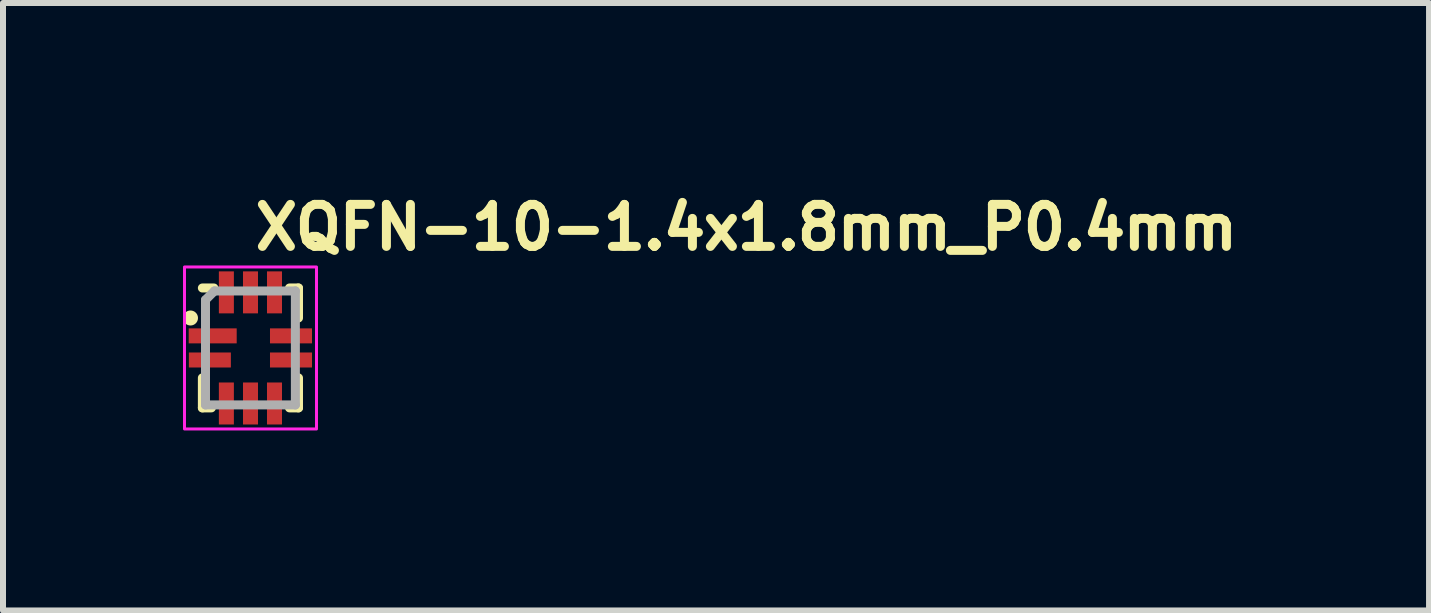
<source format=kicad_pcb>
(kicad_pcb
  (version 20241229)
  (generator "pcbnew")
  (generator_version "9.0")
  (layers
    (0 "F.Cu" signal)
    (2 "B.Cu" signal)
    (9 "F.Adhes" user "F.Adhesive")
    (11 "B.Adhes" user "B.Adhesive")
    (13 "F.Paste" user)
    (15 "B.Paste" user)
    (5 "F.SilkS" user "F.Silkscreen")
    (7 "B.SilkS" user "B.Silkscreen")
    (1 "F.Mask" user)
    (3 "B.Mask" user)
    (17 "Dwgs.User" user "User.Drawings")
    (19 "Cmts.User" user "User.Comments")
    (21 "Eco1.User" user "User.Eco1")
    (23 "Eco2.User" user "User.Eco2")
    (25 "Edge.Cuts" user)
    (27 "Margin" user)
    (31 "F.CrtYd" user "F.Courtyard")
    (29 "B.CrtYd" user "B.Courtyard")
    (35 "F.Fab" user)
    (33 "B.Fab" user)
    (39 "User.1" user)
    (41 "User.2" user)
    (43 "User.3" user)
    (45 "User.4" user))
  (footprint "XQFN-10-1.4x1.8mm_P0.4mm"
    (layer "F.Cu")
    (at 1.125 2.75)
    (property "Reference" "XQFN-10-1.4x1.8mm_P0.4mm" (at 0 -1.6 0) (layer "F.SilkS") (effects (font (size 0.7 0.7) (thickness 0.15)) (justify left bottom)))
    (attr smd)
    (fp_line (start -0.802 -1) (end -0.61 -1) (stroke (width 0.15) (type solid)) (layer "F.SilkS"))
    (fp_line (start -0.802 0.998) (end -0.802 0.498) (stroke (width 0.15) (type solid)) (layer "F.SilkS"))
    (fp_line (start -0.802 0.998) (end -0.652 0.998) (stroke (width 0.15) (type solid)) (layer "F.SilkS"))
    (fp_line (start 0.8 -1) (end 0.65 -1) (stroke (width 0.15) (type solid)) (layer "F.SilkS"))
    (fp_line (start 0.8 -1) (end 0.8 -0.5) (stroke (width 0.15) (type solid)) (layer "F.SilkS"))
    (fp_line (start 0.8 0.498) (end 0.8 0.998) (stroke (width 0.15) (type solid)) (layer "F.SilkS"))
    (fp_line (start 0.8 0.998) (end 0.65 0.998) (stroke (width 0.15) (type solid)) (layer "F.SilkS"))
    (fp_circle (center -1 -0.5) (end -0.95 -0.5) (stroke (width 0.15) (type solid)) (fill yes) (layer "F.SilkS"))
    (fp_rect (start -1.1 -1.35) (end 1.1 1.35) (stroke (width 0.05) (type solid)) (fill no) (layer "F.CrtYd"))
    (fp_line (start -0.75 0.949) (end -0.75 -0.802) (stroke (width 0.15) (type solid)) (layer "F.Fab"))
    (fp_line (start -0.75 0.949) (end 0.748 0.949) (stroke (width 0.15) (type solid)) (layer "F.Fab"))
    (fp_line (start -0.6 -0.951) (end -0.75 -0.802) (stroke (width 0.15) (type solid)) (layer "F.Fab"))
    (fp_line (start 0.748 -0.951) (end -0.6 -0.951) (stroke (width 0.15) (type solid)) (layer "F.Fab"))
    (fp_line (start 0.748 -0.951) (end 0.748 0.949) (stroke (width 0.15) (type solid)) (layer "F.Fab"))
    (fp_rect (start -0.71 -0.912) (end 0.708 0.91) (stroke (width 0.1) (type solid)) (fill no) (layer "User.5"))
    (fp_line (start -0.708 -0.1) (end -0.708 -0.298) (stroke (width 0.02) (type solid)) (layer "User.9"))
    (fp_line (start -0.708 0.3) (end -0.708 0.102) (stroke (width 0.02) (type solid)) (layer "User.9"))
    (fp_line (start -0.699 -0.893) (end -0.699 -0.892) (stroke (width 0.02) (type solid)) (layer "User.9"))
    (fp_line (start -0.699 -0.892) (end -0.699 -0.892) (stroke (width 0.02) (type solid)) (layer "User.9"))
    (fp_line (start -0.699 -0.892) (end -0.699 -0.891) (stroke (width 0.02) (type solid)) (layer "User.9"))
    (fp_line (start -0.699 -0.891) (end -0.699 -0.891) (stroke (width 0.02) (type solid)) (layer "User.9"))
    (fp_line (start -0.699 -0.891) (end -0.699 -0.891) (stroke (width 0.02) (type solid)) (layer "User.9"))
    (fp_line (start -0.699 -0.891) (end -0.699 -0.89) (stroke (width 0.02) (type solid)) (layer "User.9"))
    (fp_line (start -0.699 -0.89) (end -0.699 -0.89) (stroke (width 0.02) (type solid)) (layer "User.9"))
    (fp_line (start -0.699 -0.89) (end -0.699 -0.889) (stroke (width 0.02) (type solid)) (layer "User.9"))
    (fp_line (start -0.699 -0.889) (end -0.699 -0.888) (stroke (width 0.02) (type solid)) (layer "User.9"))
    (fp_line (start -0.699 -0.888) (end -0.699 -0.888) (stroke (width 0.02) (type solid)) (layer "User.9"))
    (fp_line (start -0.699 -0.888) (end -0.699 -0.888) (stroke (width 0.02) (type solid)) (layer "User.9"))
    (fp_line (start -0.699 -0.888) (end -0.699 -0.888) (stroke (width 0.02) (type solid)) (layer "User.9"))
    (fp_line (start -0.699 -0.888) (end -0.699 -0.887) (stroke (width 0.02) (type solid)) (layer "User.9"))
    (fp_line (start -0.699 -0.888) (end -0.699 -0.409) (stroke (width 0.02) (type solid)) (layer "User.9"))
    (fp_line (start -0.699 -0.887) (end -0.699 -0.887) (stroke (width 0.02) (type solid)) (layer "User.9"))
    (fp_line (start -0.699 -0.887) (end -0.699 -0.886) (stroke (width 0.02) (type solid)) (layer "User.9"))
    (fp_line (start -0.699 -0.886) (end -0.699 -0.886) (stroke (width 0.02) (type solid)) (layer "User.9"))
    (fp_line (start -0.699 -0.886) (end -0.699 -0.886) (stroke (width 0.02) (type solid)) (layer "User.9"))
    (fp_line (start -0.699 -0.886) (end -0.699 -0.885) (stroke (width 0.02) (type solid)) (layer "User.9"))
    (fp_line (start -0.699 -0.885) (end -0.699 -0.885) (stroke (width 0.02) (type solid)) (layer "User.9"))
    (fp_line (start -0.699 -0.885) (end -0.699 -0.884) (stroke (width 0.02) (type solid)) (layer "User.9"))
    (fp_line (start -0.699 -0.884) (end -0.698 -0.884) (stroke (width 0.02) (type solid)) (layer "User.9"))
    (fp_line (start -0.699 -0.409) (end -0.699 -0.39) (stroke (width 0.02) (type solid)) (layer "User.9"))
    (fp_line (start -0.699 -0.394) (end -0.699 -0.393) (stroke (width 0.02) (type solid)) (layer "User.9"))
    (fp_line (start -0.699 -0.393) (end -0.699 -0.393) (stroke (width 0.02) (type solid)) (layer "User.9"))
    (fp_line (start -0.699 -0.393) (end -0.699 -0.392) (stroke (width 0.02) (type solid)) (layer "User.9"))
    (fp_line (start -0.699 -0.392) (end -0.699 -0.392) (stroke (width 0.02) (type solid)) (layer "User.9"))
    (fp_line (start -0.699 -0.392) (end -0.699 -0.392) (stroke (width 0.02) (type solid)) (layer "User.9"))
    (fp_line (start -0.699 -0.392) (end -0.699 -0.391) (stroke (width 0.02) (type solid)) (layer "User.9"))
    (fp_line (start -0.699 -0.391) (end -0.699 -0.391) (stroke (width 0.02) (type solid)) (layer "User.9"))
    (fp_line (start -0.699 -0.391) (end -0.699 -0.39) (stroke (width 0.02) (type solid)) (layer "User.9"))
    (fp_line (start -0.699 -0.39) (end -0.699 -0.409) (stroke (width 0.02) (type solid)) (layer "User.9"))
    (fp_line (start -0.699 -0.39) (end -0.699 -0.39) (stroke (width 0.02) (type solid)) (layer "User.9"))
    (fp_line (start -0.699 -0.39) (end -0.699 -0.39) (stroke (width 0.02) (type solid)) (layer "User.9"))
    (fp_line (start -0.699 -0.39) (end -0.699 -0.39) (stroke (width 0.02) (type solid)) (layer "User.9"))
    (fp_line (start -0.699 -0.39) (end -0.699 -0.389) (stroke (width 0.02) (type solid)) (layer "User.9"))
    (fp_line (start -0.699 -0.39) (end -0.699 0.89) (stroke (width 0.02) (type solid)) (layer "User.9"))
    (fp_line (start -0.699 -0.389) (end -0.699 -0.388) (stroke (width 0.02) (type solid)) (layer "User.9"))
    (fp_line (start -0.699 -0.388) (end -0.699 -0.388) (stroke (width 0.02) (type solid)) (layer "User.9"))
    (fp_line (start -0.699 -0.388) (end -0.699 -0.387) (stroke (width 0.02) (type solid)) (layer "User.9"))
    (fp_line (start -0.699 -0.387) (end -0.699 -0.387) (stroke (width 0.02) (type solid)) (layer "User.9"))
    (fp_line (start -0.699 -0.387) (end -0.699 -0.387) (stroke (width 0.02) (type solid)) (layer "User.9"))
    (fp_line (start -0.699 -0.387) (end -0.699 -0.386) (stroke (width 0.02) (type solid)) (layer "User.9"))
    (fp_line (start -0.699 -0.386) (end -0.699 -0.386) (stroke (width 0.02) (type solid)) (layer "User.9"))
    (fp_line (start -0.699 -0.386) (end -0.699 -0.385) (stroke (width 0.02) (type solid)) (layer "User.9"))
    (fp_line (start -0.699 -0.385) (end -0.698 -0.385) (stroke (width 0.02) (type solid)) (layer "User.9"))
    (fp_line (start -0.699 -0.298) (end -0.708 -0.298) (stroke (width 0.02) (type solid)) (layer "User.9"))
    (fp_line (start -0.699 -0.1) (end -0.708 -0.1) (stroke (width 0.02) (type solid)) (layer "User.9"))
    (fp_line (start -0.699 0.102) (end -0.708 0.102) (stroke (width 0.02) (type solid)) (layer "User.9"))
    (fp_line (start -0.699 0.3) (end -0.708 0.3) (stroke (width 0.02) (type solid)) (layer "User.9"))
    (fp_line (start -0.699 0.886) (end -0.699 0.887) (stroke (width 0.02) (type solid)) (layer "User.9"))
    (fp_line (start -0.699 0.887) (end -0.699 0.887) (stroke (width 0.02) (type solid)) (layer "User.9"))
    (fp_line (start -0.699 0.887) (end -0.699 0.888) (stroke (width 0.02) (type solid)) (layer "User.9"))
    (fp_line (start -0.699 0.888) (end -0.699 0.888) (stroke (width 0.02) (type solid)) (layer "User.9"))
    (fp_line (start -0.699 0.888) (end -0.699 0.888) (stroke (width 0.02) (type solid)) (layer "User.9"))
    (fp_line (start -0.699 0.888) (end -0.699 0.889) (stroke (width 0.02) (type solid)) (layer "User.9"))
    (fp_line (start -0.699 0.889) (end -0.699 0.889) (stroke (width 0.02) (type solid)) (layer "User.9"))
    (fp_line (start -0.699 0.889) (end -0.699 0.89) (stroke (width 0.02) (type solid)) (layer "User.9"))
    (fp_line (start -0.699 0.89) (end -0.699 0.89) (stroke (width 0.02) (type solid)) (layer "User.9"))
    (fp_line (start -0.699 0.89) (end -0.699 0.89) (stroke (width 0.02) (type solid)) (layer "User.9"))
    (fp_line (start -0.699 0.89) (end -0.699 0.89) (stroke (width 0.02) (type solid)) (layer "User.9"))
    (fp_line (start -0.699 0.89) (end -0.699 0.891) (stroke (width 0.02) (type solid)) (layer "User.9"))
    (fp_line (start -0.699 0.891) (end -0.699 0.892) (stroke (width 0.02) (type solid)) (layer "User.9"))
    (fp_line (start -0.699 0.892) (end -0.699 0.892) (stroke (width 0.02) (type solid)) (layer "User.9"))
    (fp_line (start -0.699 0.892) (end -0.699 0.893) (stroke (width 0.02) (type solid)) (layer "User.9"))
    (fp_line (start -0.699 0.893) (end -0.699 0.893) (stroke (width 0.02) (type solid)) (layer "User.9"))
    (fp_line (start -0.699 0.893) (end -0.699 0.893) (stroke (width 0.02) (type solid)) (layer "User.9"))
    (fp_line (start -0.699 0.893) (end -0.699 0.894) (stroke (width 0.02) (type solid)) (layer "User.9"))
    (fp_line (start -0.699 0.894) (end -0.699 0.894) (stroke (width 0.02) (type solid)) (layer "User.9"))
    (fp_line (start -0.699 0.894) (end -0.699 0.895) (stroke (width 0.02) (type solid)) (layer "User.9"))
    (fp_line (start -0.699 0.895) (end -0.698 0.895) (stroke (width 0.02) (type solid)) (layer "User.9"))
    (fp_line (start -0.698 -0.894) (end -0.698 -0.894) (stroke (width 0.02) (type solid)) (layer "User.9"))
    (fp_line (start -0.698 -0.894) (end -0.698 -0.894) (stroke (width 0.02) (type solid)) (layer "User.9"))
    (fp_line (start -0.698 -0.894) (end -0.698 -0.893) (stroke (width 0.02) (type solid)) (layer "User.9"))
    (fp_line (start -0.698 -0.893) (end -0.699 -0.893) (stroke (width 0.02) (type solid)) (layer "User.9"))
    (fp_line (start -0.698 -0.884) (end -0.698 -0.883) (stroke (width 0.02) (type solid)) (layer "User.9"))
    (fp_line (start -0.698 -0.883) (end -0.698 -0.883) (stroke (width 0.02) (type solid)) (layer "User.9"))
    (fp_line (start -0.698 -0.883) (end -0.698 -0.883) (stroke (width 0.02) (type solid)) (layer "User.9"))
    (fp_line (start -0.698 -0.883) (end -0.697 -0.882) (stroke (width 0.02) (type solid)) (layer "User.9"))
    (fp_line (start -0.698 -0.395) (end -0.698 -0.395) (stroke (width 0.02) (type solid)) (layer "User.9"))
    (fp_line (start -0.698 -0.395) (end -0.698 -0.395) (stroke (width 0.02) (type solid)) (layer "User.9"))
    (fp_line (start -0.698 -0.395) (end -0.698 -0.394) (stroke (width 0.02) (type solid)) (layer "User.9"))
    (fp_line (start -0.698 -0.394) (end -0.699 -0.394) (stroke (width 0.02) (type solid)) (layer "User.9"))
    (fp_line (start -0.698 -0.385) (end -0.698 -0.384) (stroke (width 0.02) (type solid)) (layer "User.9"))
    (fp_line (start -0.698 -0.384) (end -0.698 -0.384) (stroke (width 0.02) (type solid)) (layer "User.9"))
    (fp_line (start -0.698 -0.384) (end -0.698 -0.384) (stroke (width 0.02) (type solid)) (layer "User.9"))
    (fp_line (start -0.698 -0.384) (end -0.697 -0.382) (stroke (width 0.02) (type solid)) (layer "User.9"))
    (fp_line (start -0.698 0.885) (end -0.698 0.885) (stroke (width 0.02) (type solid)) (layer "User.9"))
    (fp_line (start -0.698 0.885) (end -0.698 0.885) (stroke (width 0.02) (type solid)) (layer "User.9"))
    (fp_line (start -0.698 0.885) (end -0.698 0.886) (stroke (width 0.02) (type solid)) (layer "User.9"))
    (fp_line (start -0.698 0.886) (end -0.699 0.886) (stroke (width 0.02) (type solid)) (layer "User.9"))
    (fp_line (start -0.698 0.895) (end -0.698 0.896) (stroke (width 0.02) (type solid)) (layer "User.9"))
    (fp_line (start -0.698 0.896) (end -0.698 0.896) (stroke (width 0.02) (type solid)) (layer "User.9"))
    (fp_line (start -0.698 0.896) (end -0.698 0.896) (stroke (width 0.02) (type solid)) (layer "User.9"))
    (fp_line (start -0.698 0.896) (end -0.697 0.898) (stroke (width 0.02) (type solid)) (layer "User.9"))
    (fp_line (start -0.697 -0.897) (end -0.697 -0.896) (stroke (width 0.02) (type solid)) (layer "User.9"))
    (fp_line (start -0.697 -0.896) (end -0.698 -0.894) (stroke (width 0.02) (type solid)) (layer "User.9"))
    (fp_line (start -0.697 -0.896) (end -0.697 -0.896) (stroke (width 0.02) (type solid)) (layer "User.9"))
    (fp_line (start -0.697 -0.882) (end -0.697 -0.882) (stroke (width 0.02) (type solid)) (layer "User.9"))
    (fp_line (start -0.697 -0.882) (end -0.697 -0.881) (stroke (width 0.02) (type solid)) (layer "User.9"))
    (fp_line (start -0.697 -0.881) (end -0.696 -0.881) (stroke (width 0.02) (type solid)) (layer "User.9"))
    (fp_line (start -0.697 -0.397) (end -0.697 -0.396) (stroke (width 0.02) (type solid)) (layer "User.9"))
    (fp_line (start -0.697 -0.396) (end -0.698 -0.395) (stroke (width 0.02) (type solid)) (layer "User.9"))
    (fp_line (start -0.697 -0.396) (end -0.697 -0.396) (stroke (width 0.02) (type solid)) (layer "User.9"))
    (fp_line (start -0.697 -0.382) (end -0.697 -0.382) (stroke (width 0.02) (type solid)) (layer "User.9"))
    (fp_line (start -0.697 -0.382) (end -0.697 -0.381) (stroke (width 0.02) (type solid)) (layer "User.9"))
    (fp_line (start -0.697 -0.381) (end -0.696 -0.381) (stroke (width 0.02) (type solid)) (layer "User.9"))
    (fp_line (start -0.697 0.883) (end -0.697 0.884) (stroke (width 0.02) (type solid)) (layer "User.9"))
    (fp_line (start -0.697 0.884) (end -0.698 0.885) (stroke (width 0.02) (type solid)) (layer "User.9"))
    (fp_line (start -0.697 0.884) (end -0.697 0.884) (stroke (width 0.02) (type solid)) (layer "User.9"))
    (fp_line (start -0.697 0.898) (end -0.697 0.898) (stroke (width 0.02) (type solid)) (layer "User.9"))
    (fp_line (start -0.697 0.898) (end -0.697 0.899) (stroke (width 0.02) (type solid)) (layer "User.9"))
    (fp_line (start -0.697 0.899) (end -0.696 0.899) (stroke (width 0.02) (type solid)) (layer "User.9"))
    (fp_line (start -0.696 -0.897) (end -0.697 -0.897) (stroke (width 0.02) (type solid)) (layer "User.9"))
    (fp_line (start -0.696 -0.897) (end -0.696 -0.897) (stroke (width 0.02) (type solid)) (layer "User.9"))
    (fp_line (start -0.696 -0.881) (end -0.696 -0.881) (stroke (width 0.02) (type solid)) (layer "User.9"))
    (fp_line (start -0.696 -0.881) (end -0.695 -0.88) (stroke (width 0.02) (type solid)) (layer "User.9"))
    (fp_line (start -0.696 -0.397) (end -0.697 -0.397) (stroke (width 0.02) (type solid)) (layer "User.9"))
    (fp_line (start -0.696 -0.397) (end -0.696 -0.397) (stroke (width 0.02) (type solid)) (layer "User.9"))
    (fp_line (start -0.696 -0.381) (end -0.696 -0.381) (stroke (width 0.02) (type solid)) (layer "User.9"))
    (fp_line (start -0.696 -0.381) (end -0.695 -0.38) (stroke (width 0.02) (type solid)) (layer "User.9"))
    (fp_line (start -0.696 0.883) (end -0.697 0.883) (stroke (width 0.02) (type solid)) (layer "User.9"))
    (fp_line (start -0.696 0.883) (end -0.696 0.883) (stroke (width 0.02) (type solid)) (layer "User.9"))
    (fp_line (start -0.696 0.899) (end -0.696 0.899) (stroke (width 0.02) (type solid)) (layer "User.9"))
    (fp_line (start -0.696 0.899) (end -0.695 0.9) (stroke (width 0.02) (type solid)) (layer "User.9"))
    (fp_line (start -0.695 -0.898) (end -0.696 -0.897) (stroke (width 0.02) (type solid)) (layer "User.9"))
    (fp_line (start -0.695 -0.898) (end -0.695 -0.898) (stroke (width 0.02) (type solid)) (layer "User.9"))
    (fp_line (start -0.695 -0.898) (end -0.695 -0.898) (stroke (width 0.02) (type solid)) (layer "User.9"))
    (fp_line (start -0.695 -0.88) (end -0.695 -0.88) (stroke (width 0.02) (type solid)) (layer "User.9"))
    (fp_line (start -0.695 -0.88) (end -0.695 -0.88) (stroke (width 0.02) (type solid)) (layer "User.9"))
    (fp_line (start -0.695 -0.88) (end -0.694 -0.88) (stroke (width 0.02) (type solid)) (layer "User.9"))
    (fp_line (start -0.695 -0.398) (end -0.696 -0.397) (stroke (width 0.02) (type solid)) (layer "User.9"))
    (fp_line (start -0.695 -0.398) (end -0.695 -0.398) (stroke (width 0.02) (type solid)) (layer "User.9"))
    (fp_line (start -0.695 -0.398) (end -0.695 -0.398) (stroke (width 0.02) (type solid)) (layer "User.9"))
    (fp_line (start -0.695 -0.38) (end -0.695 -0.38) (stroke (width 0.02) (type solid)) (layer "User.9"))
    (fp_line (start -0.695 -0.38) (end -0.695 -0.38) (stroke (width 0.02) (type solid)) (layer "User.9"))
    (fp_line (start -0.695 -0.38) (end -0.694 -0.38) (stroke (width 0.02) (type solid)) (layer "User.9"))
    (fp_line (start -0.695 0.882) (end -0.696 0.883) (stroke (width 0.02) (type solid)) (layer "User.9"))
    (fp_line (start -0.695 0.882) (end -0.695 0.882) (stroke (width 0.02) (type solid)) (layer "User.9"))
    (fp_line (start -0.695 0.882) (end -0.695 0.882) (stroke (width 0.02) (type solid)) (layer "User.9"))
    (fp_line (start -0.695 0.9) (end -0.695 0.9) (stroke (width 0.02) (type solid)) (layer "User.9"))
    (fp_line (start -0.695 0.9) (end -0.695 0.9) (stroke (width 0.02) (type solid)) (layer "User.9"))
    (fp_line (start -0.695 0.9) (end -0.694 0.9) (stroke (width 0.02) (type solid)) (layer "User.9"))
    (fp_line (start -0.694 -0.899) (end -0.694 -0.898) (stroke (width 0.02) (type solid)) (layer "User.9"))
    (fp_line (start -0.694 -0.898) (end -0.695 -0.898) (stroke (width 0.02) (type solid)) (layer "User.9"))
    (fp_line (start -0.694 -0.88) (end -0.694 -0.879) (stroke (width 0.02) (type solid)) (layer "User.9"))
    (fp_line (start -0.694 -0.879) (end -0.693 -0.879) (stroke (width 0.02) (type solid)) (layer "User.9"))
    (fp_line (start -0.694 -0.399) (end -0.694 -0.398) (stroke (width 0.02) (type solid)) (layer "User.9"))
    (fp_line (start -0.694 -0.398) (end -0.695 -0.398) (stroke (width 0.02) (type solid)) (layer "User.9"))
    (fp_line (start -0.694 -0.38) (end -0.694 -0.379) (stroke (width 0.02) (type solid)) (layer "User.9"))
    (fp_line (start -0.694 -0.379) (end -0.693 -0.379) (stroke (width 0.02) (type solid)) (layer "User.9"))
    (fp_line (start -0.694 0.881) (end -0.694 0.882) (stroke (width 0.02) (type solid)) (layer "User.9"))
    (fp_line (start -0.694 0.882) (end -0.695 0.882) (stroke (width 0.02) (type solid)) (layer "User.9"))
    (fp_line (start -0.694 0.9) (end -0.694 0.901) (stroke (width 0.02) (type solid)) (layer "User.9"))
    (fp_line (start -0.694 0.901) (end -0.693 0.901) (stroke (width 0.02) (type solid)) (layer "User.9"))
    (fp_line (start -0.693 -0.899) (end -0.694 -0.899) (stroke (width 0.02) (type solid)) (layer "User.9"))
    (fp_line (start -0.693 -0.899) (end -0.693 -0.899) (stroke (width 0.02) (type solid)) (layer "User.9"))
    (fp_line (start -0.693 -0.879) (end -0.693 -0.879) (stroke (width 0.02) (type solid)) (layer "User.9"))
    (fp_line (start -0.693 -0.879) (end -0.692 -0.879) (stroke (width 0.02) (type solid)) (layer "User.9"))
    (fp_line (start -0.693 -0.399) (end -0.694 -0.399) (stroke (width 0.02) (type solid)) (layer "User.9"))
    (fp_line (start -0.693 -0.399) (end -0.693 -0.399) (stroke (width 0.02) (type solid)) (layer "User.9"))
    (fp_line (start -0.693 -0.379) (end -0.693 -0.379) (stroke (width 0.02) (type solid)) (layer "User.9"))
    (fp_line (start -0.693 -0.379) (end -0.692 -0.379) (stroke (width 0.02) (type solid)) (layer "User.9"))
    (fp_line (start -0.693 0.881) (end -0.694 0.881) (stroke (width 0.02) (type solid)) (layer "User.9"))
    (fp_line (start -0.693 0.881) (end -0.693 0.881) (stroke (width 0.02) (type solid)) (layer "User.9"))
    (fp_line (start -0.693 0.901) (end -0.693 0.901) (stroke (width 0.02) (type solid)) (layer "User.9"))
    (fp_line (start -0.693 0.901) (end -0.692 0.901) (stroke (width 0.02) (type solid)) (layer "User.9"))
    (fp_line (start -0.692 -0.899) (end -0.693 -0.899) (stroke (width 0.02) (type solid)) (layer "User.9"))
    (fp_line (start -0.692 -0.899) (end -0.692 -0.899) (stroke (width 0.02) (type solid)) (layer "User.9"))
    (fp_line (start -0.692 -0.899) (end -0.692 -0.899) (stroke (width 0.02) (type solid)) (layer "User.9"))
    (fp_line (start -0.692 -0.879) (end -0.692 -0.879) (stroke (width 0.02) (type solid)) (layer "User.9"))
    (fp_line (start -0.692 -0.879) (end -0.692 -0.879) (stroke (width 0.02) (type solid)) (layer "User.9"))
    (fp_line (start -0.692 -0.879) (end -0.691 -0.879) (stroke (width 0.02) (type solid)) (layer "User.9"))
    (fp_line (start -0.692 -0.399) (end -0.693 -0.399) (stroke (width 0.02) (type solid)) (layer "User.9"))
    (fp_line (start -0.692 -0.399) (end -0.692 -0.399) (stroke (width 0.02) (type solid)) (layer "User.9"))
    (fp_line (start -0.692 -0.399) (end -0.692 -0.399) (stroke (width 0.02) (type solid)) (layer "User.9"))
    (fp_line (start -0.692 -0.379) (end -0.692 -0.379) (stroke (width 0.02) (type solid)) (layer "User.9"))
    (fp_line (start -0.692 -0.379) (end -0.692 -0.379) (stroke (width 0.02) (type solid)) (layer "User.9"))
    (fp_line (start -0.692 -0.379) (end -0.691 -0.379) (stroke (width 0.02) (type solid)) (layer "User.9"))
    (fp_line (start -0.692 0.881) (end -0.693 0.881) (stroke (width 0.02) (type solid)) (layer "User.9"))
    (fp_line (start -0.692 0.881) (end -0.692 0.881) (stroke (width 0.02) (type solid)) (layer "User.9"))
    (fp_line (start -0.692 0.881) (end -0.692 0.881) (stroke (width 0.02) (type solid)) (layer "User.9"))
    (fp_line (start -0.692 0.901) (end -0.692 0.901) (stroke (width 0.02) (type solid)) (layer "User.9"))
    (fp_line (start -0.692 0.901) (end -0.692 0.901) (stroke (width 0.02) (type solid)) (layer "User.9"))
    (fp_line (start -0.692 0.901) (end -0.691 0.901) (stroke (width 0.02) (type solid)) (layer "User.9"))
    (fp_line (start -0.691 -0.899) (end -0.692 -0.899) (stroke (width 0.02) (type solid)) (layer "User.9"))
    (fp_line (start -0.691 -0.899) (end -0.691 -0.899) (stroke (width 0.02) (type solid)) (layer "User.9"))
    (fp_line (start -0.691 -0.879) (end -0.691 -0.879) (stroke (width 0.02) (type solid)) (layer "User.9"))
    (fp_line (start -0.691 -0.879) (end -0.69 -0.879) (stroke (width 0.02) (type solid)) (layer "User.9"))
    (fp_line (start -0.691 -0.399) (end -0.692 -0.399) (stroke (width 0.02) (type solid)) (layer "User.9"))
    (fp_line (start -0.691 -0.399) (end -0.691 -0.399) (stroke (width 0.02) (type solid)) (layer "User.9"))
    (fp_line (start -0.691 -0.379) (end -0.691 -0.379) (stroke (width 0.02) (type solid)) (layer "User.9"))
    (fp_line (start -0.691 -0.379) (end -0.69 -0.379) (stroke (width 0.02) (type solid)) (layer "User.9"))
    (fp_line (start -0.691 0.881) (end -0.692 0.881) (stroke (width 0.02) (type solid)) (layer "User.9"))
    (fp_line (start -0.691 0.881) (end -0.691 0.881) (stroke (width 0.02) (type solid)) (layer "User.9"))
    (fp_line (start -0.691 0.901) (end -0.691 0.901) (stroke (width 0.02) (type solid)) (layer "User.9"))
    (fp_line (start -0.691 0.901) (end -0.69 0.901) (stroke (width 0.02) (type solid)) (layer "User.9"))
    (fp_line (start -0.69 -0.899) (end -0.691 -0.899) (stroke (width 0.02) (type solid)) (layer "User.9"))
    (fp_line (start -0.69 -0.879) (end -0.689 -0.878) (stroke (width 0.02) (type solid)) (layer "User.9"))
    (fp_line (start -0.69 -0.399) (end -0.691 -0.399) (stroke (width 0.02) (type solid)) (layer "User.9"))
    (fp_line (start -0.69 -0.379) (end -0.689 -0.378) (stroke (width 0.02) (type solid)) (layer "User.9"))
    (fp_line (start -0.69 0.881) (end -0.691 0.881) (stroke (width 0.02) (type solid)) (layer "User.9"))
    (fp_line (start -0.69 0.901) (end -0.689 0.902) (stroke (width 0.02) (type solid)) (layer "User.9"))
    (fp_line (start -0.689 -0.9) (end -0.69 -0.899) (stroke (width 0.02) (type solid)) (layer "User.9"))
    (fp_line (start -0.689 -0.9) (end -0.689 -0.9) (stroke (width 0.02) (type solid)) (layer "User.9"))
    (fp_line (start -0.689 -0.899) (end -0.689 -0.9) (stroke (width 0.02) (type solid)) (layer "User.9"))
    (fp_line (start -0.689 -0.879) (end -0.688 -0.879) (stroke (width 0.02) (type solid)) (layer "User.9"))
    (fp_line (start -0.689 -0.878) (end -0.689 -0.879) (stroke (width 0.02) (type solid)) (layer "User.9"))
    (fp_line (start -0.689 -0.878) (end -0.689 -0.878) (stroke (width 0.02) (type solid)) (layer "User.9"))
    (fp_line (start -0.689 -0.4) (end -0.69 -0.399) (stroke (width 0.02) (type solid)) (layer "User.9"))
    (fp_line (start -0.689 -0.4) (end -0.689 -0.4) (stroke (width 0.02) (type solid)) (layer "User.9"))
    (fp_line (start -0.689 -0.399) (end -0.689 -0.4) (stroke (width 0.02) (type solid)) (layer "User.9"))
    (fp_line (start -0.689 -0.379) (end -0.688 -0.379) (stroke (width 0.02) (type solid)) (layer "User.9"))
    (fp_line (start -0.689 -0.378) (end -0.689 -0.379) (stroke (width 0.02) (type solid)) (layer "User.9"))
    (fp_line (start -0.689 -0.378) (end -0.689 -0.378) (stroke (width 0.02) (type solid)) (layer "User.9"))
    (fp_line (start -0.689 0.88) (end -0.69 0.881) (stroke (width 0.02) (type solid)) (layer "User.9"))
    (fp_line (start -0.689 0.88) (end -0.689 0.88) (stroke (width 0.02) (type solid)) (layer "User.9"))
    (fp_line (start -0.689 0.881) (end -0.689 0.88) (stroke (width 0.02) (type solid)) (layer "User.9"))
    (fp_line (start -0.689 0.901) (end -0.688 0.901) (stroke (width 0.02) (type solid)) (layer "User.9"))
    (fp_line (start -0.689 0.902) (end -0.689 0.901) (stroke (width 0.02) (type solid)) (layer "User.9"))
    (fp_line (start -0.689 0.902) (end -0.689 0.902) (stroke (width 0.02) (type solid)) (layer "User.9"))
    (fp_line (start -0.689 0.902) (end 0.691 0.902) (stroke (width 0.02) (type solid)) (layer "User.9"))
    (fp_line (start -0.688 -0.899) (end -0.689 -0.899) (stroke (width 0.02) (type solid)) (layer "User.9"))
    (fp_line (start -0.688 -0.899) (end -0.688 -0.899) (stroke (width 0.02) (type solid)) (layer "User.9"))
    (fp_line (start -0.688 -0.879) (end -0.688 -0.879) (stroke (width 0.02) (type solid)) (layer "User.9"))
    (fp_line (start -0.688 -0.879) (end -0.687 -0.879) (stroke (width 0.02) (type solid)) (layer "User.9"))
    (fp_line (start -0.688 -0.399) (end -0.689 -0.399) (stroke (width 0.02) (type solid)) (layer "User.9"))
    (fp_line (start -0.688 -0.399) (end -0.688 -0.399) (stroke (width 0.02) (type solid)) (layer "User.9"))
    (fp_line (start -0.688 -0.379) (end -0.688 -0.379) (stroke (width 0.02) (type solid)) (layer "User.9"))
    (fp_line (start -0.688 -0.379) (end -0.687 -0.379) (stroke (width 0.02) (type solid)) (layer "User.9"))
    (fp_line (start -0.688 0.881) (end -0.689 0.881) (stroke (width 0.02) (type solid)) (layer "User.9"))
    (fp_line (start -0.688 0.881) (end -0.688 0.881) (stroke (width 0.02) (type solid)) (layer "User.9"))
    (fp_line (start -0.688 0.901) (end -0.688 0.901) (stroke (width 0.02) (type solid)) (layer "User.9"))
    (fp_line (start -0.688 0.901) (end -0.687 0.901) (stroke (width 0.02) (type solid)) (layer "User.9"))
    (fp_line (start -0.687 -0.899) (end -0.688 -0.899) (stroke (width 0.02) (type solid)) (layer "User.9"))
    (fp_line (start -0.687 -0.899) (end -0.687 -0.899) (stroke (width 0.02) (type solid)) (layer "User.9"))
    (fp_line (start -0.687 -0.899) (end -0.687 -0.899) (stroke (width 0.02) (type solid)) (layer "User.9"))
    (fp_line (start -0.687 -0.879) (end -0.687 -0.879) (stroke (width 0.02) (type solid)) (layer "User.9"))
    (fp_line (start -0.687 -0.879) (end -0.687 -0.879) (stroke (width 0.02) (type solid)) (layer "User.9"))
    (fp_line (start -0.687 -0.879) (end -0.686 -0.879) (stroke (width 0.02) (type solid)) (layer "User.9"))
    (fp_line (start -0.687 -0.399) (end -0.688 -0.399) (stroke (width 0.02) (type solid)) (layer "User.9"))
    (fp_line (start -0.687 -0.399) (end -0.687 -0.399) (stroke (width 0.02) (type solid)) (layer "User.9"))
    (fp_line (start -0.687 -0.399) (end -0.687 -0.399) (stroke (width 0.02) (type solid)) (layer "User.9"))
    (fp_line (start -0.687 -0.379) (end -0.687 -0.379) (stroke (width 0.02) (type solid)) (layer "User.9"))
    (fp_line (start -0.687 -0.379) (end -0.687 -0.379) (stroke (width 0.02) (type solid)) (layer "User.9"))
    (fp_line (start -0.687 -0.379) (end -0.686 -0.379) (stroke (width 0.02) (type solid)) (layer "User.9"))
    (fp_line (start -0.687 0.881) (end -0.688 0.881) (stroke (width 0.02) (type solid)) (layer "User.9"))
    (fp_line (start -0.687 0.881) (end -0.687 0.881) (stroke (width 0.02) (type solid)) (layer "User.9"))
    (fp_line (start -0.687 0.881) (end -0.687 0.881) (stroke (width 0.02) (type solid)) (layer "User.9"))
    (fp_line (start -0.687 0.901) (end -0.687 0.901) (stroke (width 0.02) (type solid)) (layer "User.9"))
    (fp_line (start -0.687 0.901) (end -0.687 0.901) (stroke (width 0.02) (type solid)) (layer "User.9"))
    (fp_line (start -0.687 0.901) (end -0.686 0.901) (stroke (width 0.02) (type solid)) (layer "User.9"))
    (fp_line (start -0.686 -0.899) (end -0.687 -0.899) (stroke (width 0.02) (type solid)) (layer "User.9"))
    (fp_line (start -0.686 -0.899) (end -0.686 -0.899) (stroke (width 0.02) (type solid)) (layer "User.9"))
    (fp_line (start -0.686 -0.879) (end -0.686 -0.879) (stroke (width 0.02) (type solid)) (layer "User.9"))
    (fp_line (start -0.686 -0.879) (end -0.685 -0.879) (stroke (width 0.02) (type solid)) (layer "User.9"))
    (fp_line (start -0.686 -0.399) (end -0.687 -0.399) (stroke (width 0.02) (type solid)) (layer "User.9"))
    (fp_line (start -0.686 -0.399) (end -0.686 -0.399) (stroke (width 0.02) (type solid)) (layer "User.9"))
    (fp_line (start -0.686 -0.379) (end -0.686 -0.379) (stroke (width 0.02) (type solid)) (layer "User.9"))
    (fp_line (start -0.686 -0.379) (end -0.685 -0.379) (stroke (width 0.02) (type solid)) (layer "User.9"))
    (fp_line (start -0.686 0.881) (end -0.687 0.881) (stroke (width 0.02) (type solid)) (layer "User.9"))
    (fp_line (start -0.686 0.881) (end -0.686 0.881) (stroke (width 0.02) (type solid)) (layer "User.9"))
    (fp_line (start -0.686 0.901) (end -0.686 0.901) (stroke (width 0.02) (type solid)) (layer "User.9"))
    (fp_line (start -0.686 0.901) (end -0.685 0.901) (stroke (width 0.02) (type solid)) (layer "User.9"))
    (fp_line (start -0.685 -0.899) (end -0.686 -0.899) (stroke (width 0.02) (type solid)) (layer "User.9"))
    (fp_line (start -0.685 -0.898) (end -0.685 -0.899) (stroke (width 0.02) (type solid)) (layer "User.9"))
    (fp_line (start -0.685 -0.88) (end -0.684 -0.88) (stroke (width 0.02) (type solid)) (layer "User.9"))
    (fp_line (start -0.685 -0.879) (end -0.685 -0.88) (stroke (width 0.02) (type solid)) (layer "User.9"))
    (fp_line (start -0.685 -0.399) (end -0.686 -0.399) (stroke (width 0.02) (type solid)) (layer "User.9"))
    (fp_line (start -0.685 -0.398) (end -0.685 -0.399) (stroke (width 0.02) (type solid)) (layer "User.9"))
    (fp_line (start -0.685 -0.38) (end -0.684 -0.38) (stroke (width 0.02) (type solid)) (layer "User.9"))
    (fp_line (start -0.685 -0.379) (end -0.685 -0.38) (stroke (width 0.02) (type solid)) (layer "User.9"))
    (fp_line (start -0.685 0.881) (end -0.686 0.881) (stroke (width 0.02) (type solid)) (layer "User.9"))
    (fp_line (start -0.685 0.882) (end -0.685 0.881) (stroke (width 0.02) (type solid)) (layer "User.9"))
    (fp_line (start -0.685 0.9) (end -0.684 0.9) (stroke (width 0.02) (type solid)) (layer "User.9"))
    (fp_line (start -0.685 0.901) (end -0.685 0.9) (stroke (width 0.02) (type solid)) (layer "User.9"))
    (fp_line (start -0.684 -0.898) (end -0.685 -0.898) (stroke (width 0.02) (type solid)) (layer "User.9"))
    (fp_line (start -0.684 -0.898) (end -0.684 -0.898) (stroke (width 0.02) (type solid)) (layer "User.9"))
    (fp_line (start -0.684 -0.898) (end -0.684 -0.898) (stroke (width 0.02) (type solid)) (layer "User.9"))
    (fp_line (start -0.684 -0.88) (end -0.684 -0.88) (stroke (width 0.02) (type solid)) (layer "User.9"))
    (fp_line (start -0.684 -0.88) (end -0.684 -0.88) (stroke (width 0.02) (type solid)) (layer "User.9"))
    (fp_line (start -0.684 -0.88) (end -0.683 -0.881) (stroke (width 0.02) (type solid)) (layer "User.9"))
    (fp_line (start -0.684 -0.398) (end -0.685 -0.398) (stroke (width 0.02) (type solid)) (layer "User.9"))
    (fp_line (start -0.684 -0.398) (end -0.684 -0.398) (stroke (width 0.02) (type solid)) (layer "User.9"))
    (fp_line (start -0.684 -0.398) (end -0.684 -0.398) (stroke (width 0.02) (type solid)) (layer "User.9"))
    (fp_line (start -0.684 -0.38) (end -0.684 -0.38) (stroke (width 0.02) (type solid)) (layer "User.9"))
    (fp_line (start -0.684 -0.38) (end -0.684 -0.38) (stroke (width 0.02) (type solid)) (layer "User.9"))
    (fp_line (start -0.684 -0.38) (end -0.683 -0.381) (stroke (width 0.02) (type solid)) (layer "User.9"))
    (fp_line (start -0.684 0.882) (end -0.685 0.882) (stroke (width 0.02) (type solid)) (layer "User.9"))
    (fp_line (start -0.684 0.882) (end -0.684 0.882) (stroke (width 0.02) (type solid)) (layer "User.9"))
    (fp_line (start -0.684 0.882) (end -0.684 0.882) (stroke (width 0.02) (type solid)) (layer "User.9"))
    (fp_line (start -0.684 0.9) (end -0.684 0.9) (stroke (width 0.02) (type solid)) (layer "User.9"))
    (fp_line (start -0.684 0.9) (end -0.684 0.9) (stroke (width 0.02) (type solid)) (layer "User.9"))
    (fp_line (start -0.684 0.9) (end -0.683 0.899) (stroke (width 0.02) (type solid)) (layer "User.9"))
    (fp_line (start -0.683 -0.897) (end -0.684 -0.898) (stroke (width 0.02) (type solid)) (layer "User.9"))
    (fp_line (start -0.683 -0.897) (end -0.683 -0.897) (stroke (width 0.02) (type solid)) (layer "User.9"))
    (fp_line (start -0.683 -0.881) (end -0.683 -0.881) (stroke (width 0.02) (type solid)) (layer "User.9"))
    (fp_line (start -0.683 -0.881) (end -0.682 -0.881) (stroke (width 0.02) (type solid)) (layer "User.9"))
    (fp_line (start -0.683 -0.397) (end -0.684 -0.398) (stroke (width 0.02) (type solid)) (layer "User.9"))
    (fp_line (start -0.683 -0.397) (end -0.683 -0.397) (stroke (width 0.02) (type solid)) (layer "User.9"))
    (fp_line (start -0.683 -0.381) (end -0.683 -0.381) (stroke (width 0.02) (type solid)) (layer "User.9"))
    (fp_line (start -0.683 -0.381) (end -0.682 -0.381) (stroke (width 0.02) (type solid)) (layer "User.9"))
    (fp_line (start -0.683 0.883) (end -0.684 0.882) (stroke (width 0.02) (type solid)) (layer "User.9"))
    (fp_line (start -0.683 0.883) (end -0.683 0.883) (stroke (width 0.02) (type solid)) (layer "User.9"))
    (fp_line (start -0.683 0.899) (end -0.683 0.899) (stroke (width 0.02) (type solid)) (layer "User.9"))
    (fp_line (start -0.683 0.899) (end -0.682 0.899) (stroke (width 0.02) (type solid)) (layer "User.9"))
    (fp_line (start -0.682 -0.897) (end -0.683 -0.897) (stroke (width 0.02) (type solid)) (layer "User.9"))
    (fp_line (start -0.682 -0.896) (end -0.682 -0.897) (stroke (width 0.02) (type solid)) (layer "User.9"))
    (fp_line (start -0.682 -0.896) (end -0.682 -0.896) (stroke (width 0.02) (type solid)) (layer "User.9"))
    (fp_line (start -0.682 -0.882) (end -0.682 -0.882) (stroke (width 0.02) (type solid)) (layer "User.9"))
    (fp_line (start -0.682 -0.882) (end -0.681 -0.883) (stroke (width 0.02) (type solid)) (layer "User.9"))
    (fp_line (start -0.682 -0.881) (end -0.682 -0.882) (stroke (width 0.02) (type solid)) (layer "User.9"))
    (fp_line (start -0.682 -0.397) (end -0.683 -0.397) (stroke (width 0.02) (type solid)) (layer "User.9"))
    (fp_line (start -0.682 -0.396) (end -0.682 -0.397) (stroke (width 0.02) (type solid)) (layer "User.9"))
    (fp_line (start -0.682 -0.396) (end -0.682 -0.396) (stroke (width 0.02) (type solid)) (layer "User.9"))
    (fp_line (start -0.682 -0.382) (end -0.682 -0.382) (stroke (width 0.02) (type solid)) (layer "User.9"))
    (fp_line (start -0.682 -0.382) (end -0.681 -0.384) (stroke (width 0.02) (type solid)) (layer "User.9"))
    (fp_line (start -0.682 -0.381) (end -0.682 -0.382) (stroke (width 0.02) (type solid)) (layer "User.9"))
    (fp_line (start -0.682 0.883) (end -0.683 0.883) (stroke (width 0.02) (type solid)) (layer "User.9"))
    (fp_line (start -0.682 0.884) (end -0.682 0.883) (stroke (width 0.02) (type solid)) (layer "User.9"))
    (fp_line (start -0.682 0.884) (end -0.682 0.884) (stroke (width 0.02) (type solid)) (layer "User.9"))
    (fp_line (start -0.682 0.898) (end -0.682 0.898) (stroke (width 0.02) (type solid)) (layer "User.9"))
    (fp_line (start -0.682 0.898) (end -0.681 0.896) (stroke (width 0.02) (type solid)) (layer "User.9"))
    (fp_line (start -0.682 0.899) (end -0.682 0.898) (stroke (width 0.02) (type solid)) (layer "User.9"))
    (fp_line (start -0.681 -0.894) (end -0.682 -0.896) (stroke (width 0.02) (type solid)) (layer "User.9"))
    (fp_line (start -0.681 -0.894) (end -0.681 -0.894) (stroke (width 0.02) (type solid)) (layer "User.9"))
    (fp_line (start -0.681 -0.894) (end -0.681 -0.894) (stroke (width 0.02) (type solid)) (layer "User.9"))
    (fp_line (start -0.681 -0.893) (end -0.681 -0.894) (stroke (width 0.02) (type solid)) (layer "User.9"))
    (fp_line (start -0.681 -0.884) (end -0.68 -0.884) (stroke (width 0.02) (type solid)) (layer "User.9"))
    (fp_line (start -0.681 -0.883) (end -0.681 -0.884) (stroke (width 0.02) (type solid)) (layer "User.9"))
    (fp_line (start -0.681 -0.883) (end -0.681 -0.883) (stroke (width 0.02) (type solid)) (layer "User.9"))
    (fp_line (start -0.681 -0.883) (end -0.681 -0.883) (stroke (width 0.02) (type solid)) (layer "User.9"))
    (fp_line (start -0.681 -0.395) (end -0.682 -0.396) (stroke (width 0.02) (type solid)) (layer "User.9"))
    (fp_line (start -0.681 -0.395) (end -0.681 -0.395) (stroke (width 0.02) (type solid)) (layer "User.9"))
    (fp_line (start -0.681 -0.395) (end -0.681 -0.395) (stroke (width 0.02) (type solid)) (layer "User.9"))
    (fp_line (start -0.681 -0.394) (end -0.681 -0.395) (stroke (width 0.02) (type solid)) (layer "User.9"))
    (fp_line (start -0.681 -0.385) (end -0.68 -0.385) (stroke (width 0.02) (type solid)) (layer "User.9"))
    (fp_line (start -0.681 -0.384) (end -0.681 -0.385) (stroke (width 0.02) (type solid)) (layer "User.9"))
    (fp_line (start -0.681 -0.384) (end -0.681 -0.384) (stroke (width 0.02) (type solid)) (layer "User.9"))
    (fp_line (start -0.681 -0.384) (end -0.681 -0.384) (stroke (width 0.02) (type solid)) (layer "User.9"))
    (fp_line (start -0.681 0.885) (end -0.682 0.884) (stroke (width 0.02) (type solid)) (layer "User.9"))
    (fp_line (start -0.681 0.885) (end -0.681 0.885) (stroke (width 0.02) (type solid)) (layer "User.9"))
    (fp_line (start -0.681 0.885) (end -0.681 0.885) (stroke (width 0.02) (type solid)) (layer "User.9"))
    (fp_line (start -0.681 0.886) (end -0.681 0.885) (stroke (width 0.02) (type solid)) (layer "User.9"))
    (fp_line (start -0.681 0.895) (end -0.68 0.895) (stroke (width 0.02) (type solid)) (layer "User.9"))
    (fp_line (start -0.681 0.896) (end -0.681 0.895) (stroke (width 0.02) (type solid)) (layer "User.9"))
    (fp_line (start -0.681 0.896) (end -0.681 0.896) (stroke (width 0.02) (type solid)) (layer "User.9"))
    (fp_line (start -0.681 0.896) (end -0.681 0.896) (stroke (width 0.02) (type solid)) (layer "User.9"))
    (fp_line (start -0.68 -0.893) (end -0.681 -0.893) (stroke (width 0.02) (type solid)) (layer "User.9"))
    (fp_line (start -0.68 -0.892) (end -0.68 -0.893) (stroke (width 0.02) (type solid)) (layer "User.9"))
    (fp_line (start -0.68 -0.892) (end -0.68 -0.892) (stroke (width 0.02) (type solid)) (layer "User.9"))
    (fp_line (start -0.68 -0.891) (end -0.68 -0.892) (stroke (width 0.02) (type solid)) (layer "User.9"))
    (fp_line (start -0.68 -0.891) (end -0.68 -0.891) (stroke (width 0.02) (type solid)) (layer "User.9"))
    (fp_line (start -0.68 -0.891) (end -0.68 -0.891) (stroke (width 0.02) (type solid)) (layer "User.9"))
    (fp_line (start -0.68 -0.89) (end -0.68 -0.891) (stroke (width 0.02) (type solid)) (layer "User.9"))
    (fp_line (start -0.68 -0.89) (end -0.68 -0.89) (stroke (width 0.02) (type solid)) (layer "User.9"))
    (fp_line (start -0.68 -0.889) (end -0.68 -0.89) (stroke (width 0.02) (type solid)) (layer "User.9"))
    (fp_line (start -0.68 -0.888) (end -0.68 -0.889) (stroke (width 0.02) (type solid)) (layer "User.9"))
    (fp_line (start -0.68 -0.888) (end -0.68 -0.888) (stroke (width 0.02) (type solid)) (layer "User.9"))
    (fp_line (start -0.68 -0.888) (end -0.68 -0.888) (stroke (width 0.02) (type solid)) (layer "User.9"))
    (fp_line (start -0.68 -0.887) (end -0.68 -0.888) (stroke (width 0.02) (type solid)) (layer "User.9"))
    (fp_line (start -0.68 -0.887) (end -0.68 -0.887) (stroke (width 0.02) (type solid)) (layer "User.9"))
    (fp_line (start -0.68 -0.886) (end -0.68 -0.887) (stroke (width 0.02) (type solid)) (layer "User.9"))
    (fp_line (start -0.68 -0.886) (end -0.68 -0.886) (stroke (width 0.02) (type solid)) (layer "User.9"))
    (fp_line (start -0.68 -0.886) (end -0.68 -0.886) (stroke (width 0.02) (type solid)) (layer "User.9"))
    (fp_line (start -0.68 -0.885) (end -0.68 -0.886) (stroke (width 0.02) (type solid)) (layer "User.9"))
    (fp_line (start -0.68 -0.885) (end -0.68 -0.885) (stroke (width 0.02) (type solid)) (layer "User.9"))
    (fp_line (start -0.68 -0.884) (end -0.68 -0.885) (stroke (width 0.02) (type solid)) (layer "User.9"))
    (fp_line (start -0.68 -0.394) (end -0.681 -0.394) (stroke (width 0.02) (type solid)) (layer "User.9"))
    (fp_line (start -0.68 -0.393) (end -0.68 -0.394) (stroke (width 0.02) (type solid)) (layer "User.9"))
    (fp_line (start -0.68 -0.393) (end -0.68 -0.393) (stroke (width 0.02) (type solid)) (layer "User.9"))
    (fp_line (start -0.68 -0.392) (end -0.68 -0.393) (stroke (width 0.02) (type solid)) (layer "User.9"))
    (fp_line (start -0.68 -0.392) (end -0.68 -0.392) (stroke (width 0.02) (type solid)) (layer "User.9"))
    (fp_line (start -0.68 -0.392) (end -0.68 -0.392) (stroke (width 0.02) (type solid)) (layer "User.9"))
    (fp_line (start -0.68 -0.391) (end -0.68 -0.392) (stroke (width 0.02) (type solid)) (layer "User.9"))
    (fp_line (start -0.68 -0.391) (end -0.68 -0.391) (stroke (width 0.02) (type solid)) (layer "User.9"))
    (fp_line (start -0.68 -0.39) (end -0.68 -0.391) (stroke (width 0.02) (type solid)) (layer "User.9"))
    (fp_line (start -0.68 -0.39) (end -0.68 -0.39) (stroke (width 0.02) (type solid)) (layer "User.9"))
    (fp_line (start -0.68 -0.39) (end -0.68 -0.39) (stroke (width 0.02) (type solid)) (layer "User.9"))
    (fp_line (start -0.68 -0.389) (end -0.68 -0.39) (stroke (width 0.02) (type solid)) (layer "User.9"))
    (fp_line (start -0.68 -0.388) (end -0.68 -0.389) (stroke (width 0.02) (type solid)) (layer "User.9"))
    (fp_line (start -0.68 -0.388) (end -0.68 -0.388) (stroke (width 0.02) (type solid)) (layer "User.9"))
    (fp_line (start -0.68 -0.387) (end -0.68 -0.388) (stroke (width 0.02) (type solid)) (layer "User.9"))
    (fp_line (start -0.68 -0.387) (end -0.68 -0.387) (stroke (width 0.02) (type solid)) (layer "User.9"))
    (fp_line (start -0.68 -0.387) (end -0.68 -0.387) (stroke (width 0.02) (type solid)) (layer "User.9"))
    (fp_line (start -0.68 -0.386) (end -0.68 -0.387) (stroke (width 0.02) (type solid)) (layer "User.9"))
    (fp_line (start -0.68 -0.386) (end -0.68 -0.386) (stroke (width 0.02) (type solid)) (layer "User.9"))
    (fp_line (start -0.68 -0.385) (end -0.68 -0.386) (stroke (width 0.02) (type solid)) (layer "User.9"))
    (fp_line (start -0.68 0.886) (end -0.681 0.886) (stroke (width 0.02) (type solid)) (layer "User.9"))
    (fp_line (start -0.68 0.887) (end -0.68 0.886) (stroke (width 0.02) (type solid)) (layer "User.9"))
    (fp_line (start -0.68 0.887) (end -0.68 0.887) (stroke (width 0.02) (type solid)) (layer "User.9"))
    (fp_line (start -0.68 0.888) (end -0.68 0.887) (stroke (width 0.02) (type solid)) (layer "User.9"))
    (fp_line (start -0.68 0.888) (end -0.68 0.888) (stroke (width 0.02) (type solid)) (layer "User.9"))
    (fp_line (start -0.68 0.888) (end -0.68 0.888) (stroke (width 0.02) (type solid)) (layer "User.9"))
    (fp_line (start -0.68 0.889) (end -0.68 0.888) (stroke (width 0.02) (type solid)) (layer "User.9"))
    (fp_line (start -0.68 0.889) (end -0.68 0.889) (stroke (width 0.02) (type solid)) (layer "User.9"))
    (fp_line (start -0.68 0.89) (end -0.68 0.889) (stroke (width 0.02) (type solid)) (layer "User.9"))
    (fp_line (start -0.68 0.89) (end -0.68 0.89) (stroke (width 0.02) (type solid)) (layer "User.9"))
    (fp_line (start -0.68 0.89) (end -0.68 0.89) (stroke (width 0.02) (type solid)) (layer "User.9"))
    (fp_line (start -0.68 0.891) (end -0.68 0.89) (stroke (width 0.02) (type solid)) (layer "User.9"))
    (fp_line (start -0.68 0.892) (end -0.68 0.891) (stroke (width 0.02) (type solid)) (layer "User.9"))
    (fp_line (start -0.68 0.892) (end -0.68 0.892) (stroke (width 0.02) (type solid)) (layer "User.9"))
    (fp_line (start -0.68 0.893) (end -0.68 0.892) (stroke (width 0.02) (type solid)) (layer "User.9"))
    (fp_line (start -0.68 0.893) (end -0.68 0.893) (stroke (width 0.02) (type solid)) (layer "User.9"))
    (fp_line (start -0.68 0.893) (end -0.68 0.893) (stroke (width 0.02) (type solid)) (layer "User.9"))
    (fp_line (start -0.68 0.894) (end -0.68 0.893) (stroke (width 0.02) (type solid)) (layer "User.9"))
    (fp_line (start -0.68 0.894) (end -0.68 0.894) (stroke (width 0.02) (type solid)) (layer "User.9"))
    (fp_line (start -0.68 0.895) (end -0.68 0.894) (stroke (width 0.02) (type solid)) (layer "User.9"))
    (fp_line (start -0.498 -0.91) (end -0.298 -0.91) (stroke (width 0.02) (type solid)) (layer "User.9"))
    (fp_line (start -0.498 -0.9) (end -0.498 -0.91) (stroke (width 0.02) (type solid)) (layer "User.9"))
    (fp_line (start -0.498 0.902) (end -0.498 0.912) (stroke (width 0.02) (type solid)) (layer "User.9"))
    (fp_line (start -0.298 -0.9) (end -0.298 -0.91) (stroke (width 0.02) (type solid)) (layer "User.9"))
    (fp_line (start -0.298 0.902) (end -0.298 0.912) (stroke (width 0.02) (type solid)) (layer "User.9"))
    (fp_line (start -0.298 0.912) (end -0.498 0.912) (stroke (width 0.02) (type solid)) (layer "User.9"))
    (fp_line (start -0.218 -0.414) (end -0.218 -0.413) (stroke (width 0.02) (type solid)) (layer "User.9"))
    (fp_line (start -0.218 -0.413) (end -0.218 -0.413) (stroke (width 0.02) (type solid)) (layer "User.9"))
    (fp_line (start -0.218 -0.413) (end -0.218 -0.412) (stroke (width 0.02) (type solid)) (layer "User.9"))
    (fp_line (start -0.218 -0.412) (end -0.218 -0.412) (stroke (width 0.02) (type solid)) (layer "User.9"))
    (fp_line (start -0.218 -0.412) (end -0.218 -0.412) (stroke (width 0.02) (type solid)) (layer "User.9"))
    (fp_line (start -0.218 -0.412) (end -0.218 -0.411) (stroke (width 0.02) (type solid)) (layer "User.9"))
    (fp_line (start -0.218 -0.411) (end -0.218 -0.411) (stroke (width 0.02) (type solid)) (layer "User.9"))
    (fp_line (start -0.218 -0.411) (end -0.218 -0.41) (stroke (width 0.02) (type solid)) (layer "User.9"))
    (fp_line (start -0.218 -0.41) (end -0.218 -0.409) (stroke (width 0.02) (type solid)) (layer "User.9"))
    (fp_line (start -0.218 -0.409) (end -0.218 -0.409) (stroke (width 0.02) (type solid)) (layer "User.9"))
    (fp_line (start -0.218 -0.409) (end -0.218 -0.409) (stroke (width 0.02) (type solid)) (layer "User.9"))
    (fp_line (start -0.218 -0.409) (end -0.218 -0.409) (stroke (width 0.02) (type solid)) (layer "User.9"))
    (fp_line (start -0.218 -0.409) (end -0.218 -0.408) (stroke (width 0.02) (type solid)) (layer "User.9"))
    (fp_line (start -0.218 -0.408) (end -0.218 -0.408) (stroke (width 0.02) (type solid)) (layer "User.9"))
    (fp_line (start -0.218 -0.408) (end -0.218 -0.407) (stroke (width 0.02) (type solid)) (layer "User.9"))
    (fp_line (start -0.218 -0.407) (end -0.218 -0.407) (stroke (width 0.02) (type solid)) (layer "User.9"))
    (fp_line (start -0.218 -0.407) (end -0.218 -0.407) (stroke (width 0.02) (type solid)) (layer "User.9"))
    (fp_line (start -0.218 -0.407) (end -0.218 -0.406) (stroke (width 0.02) (type solid)) (layer "User.9"))
    (fp_line (start -0.218 -0.406) (end -0.218 -0.406) (stroke (width 0.02) (type solid)) (layer "User.9"))
    (fp_line (start -0.218 -0.406) (end -0.218 -0.405) (stroke (width 0.02) (type solid)) (layer "User.9"))
    (fp_line (start -0.218 -0.405) (end -0.217 -0.405) (stroke (width 0.02) (type solid)) (layer "User.9"))
    (fp_line (start -0.217 -0.415) (end -0.217 -0.415) (stroke (width 0.02) (type solid)) (layer "User.9"))
    (fp_line (start -0.217 -0.415) (end -0.217 -0.415) (stroke (width 0.02) (type solid)) (layer "User.9"))
    (fp_line (start -0.217 -0.415) (end -0.217 -0.414) (stroke (width 0.02) (type solid)) (layer "User.9"))
    (fp_line (start -0.217 -0.414) (end -0.218 -0.414) (stroke (width 0.02) (type solid)) (layer "User.9"))
    (fp_line (start -0.217 -0.405) (end -0.217 -0.404) (stroke (width 0.02) (type solid)) (layer "User.9"))
    (fp_line (start -0.217 -0.404) (end -0.217 -0.404) (stroke (width 0.02) (type solid)) (layer "User.9"))
    (fp_line (start -0.217 -0.404) (end -0.217 -0.404) (stroke (width 0.02) (type solid)) (layer "User.9"))
    (fp_line (start -0.217 -0.404) (end -0.216 -0.403) (stroke (width 0.02) (type solid)) (layer "User.9"))
    (fp_line (start -0.216 -0.416) (end -0.217 -0.415) (stroke (width 0.02) (type solid)) (layer "User.9"))
    (fp_line (start -0.216 -0.416) (end -0.216 -0.416) (stroke (width 0.02) (type solid)) (layer "User.9"))
    (fp_line (start -0.216 -0.416) (end -0.216 -0.416) (stroke (width 0.02) (type solid)) (layer "User.9"))
    (fp_line (start -0.216 -0.403) (end -0.216 -0.403) (stroke (width 0.02) (type solid)) (layer "User.9"))
    (fp_line (start -0.216 -0.403) (end -0.216 -0.402) (stroke (width 0.02) (type solid)) (layer "User.9"))
    (fp_line (start -0.216 -0.402) (end -0.215 -0.402) (stroke (width 0.02) (type solid)) (layer "User.9"))
    (fp_line (start -0.215 -0.416) (end -0.216 -0.416) (stroke (width 0.02) (type solid)) (layer "User.9"))
    (fp_line (start -0.215 -0.416) (end -0.215 -0.416) (stroke (width 0.02) (type solid)) (layer "User.9"))
    (fp_line (start -0.215 -0.402) (end -0.215 -0.402) (stroke (width 0.02) (type solid)) (layer "User.9"))
    (fp_line (start -0.215 -0.402) (end -0.214 -0.401) (stroke (width 0.02) (type solid)) (layer "User.9"))
    (fp_line (start -0.214 -0.417) (end -0.215 -0.416) (stroke (width 0.02) (type solid)) (layer "User.9"))
    (fp_line (start -0.214 -0.417) (end -0.214 -0.417) (stroke (width 0.02) (type solid)) (layer "User.9"))
    (fp_line (start -0.214 -0.417) (end -0.214 -0.417) (stroke (width 0.02) (type solid)) (layer "User.9"))
    (fp_line (start -0.214 -0.401) (end -0.214 -0.401) (stroke (width 0.02) (type solid)) (layer "User.9"))
    (fp_line (start -0.214 -0.401) (end -0.214 -0.401) (stroke (width 0.02) (type solid)) (layer "User.9"))
    (fp_line (start -0.214 -0.401) (end -0.213 -0.401) (stroke (width 0.02) (type solid)) (layer "User.9"))
    (fp_line (start -0.213 -0.418) (end -0.213 -0.417) (stroke (width 0.02) (type solid)) (layer "User.9"))
    (fp_line (start -0.213 -0.417) (end -0.214 -0.417) (stroke (width 0.02) (type solid)) (layer "User.9"))
    (fp_line (start -0.213 -0.401) (end -0.213 -0.4) (stroke (width 0.02) (type solid)) (layer "User.9"))
    (fp_line (start -0.213 -0.4) (end -0.212 -0.4) (stroke (width 0.02) (type solid)) (layer "User.9"))
    (fp_line (start -0.212 -0.418) (end -0.213 -0.418) (stroke (width 0.02) (type solid)) (layer "User.9"))
    (fp_line (start -0.212 -0.418) (end -0.212 -0.418) (stroke (width 0.02) (type solid)) (layer "User.9"))
    (fp_line (start -0.212 -0.4) (end -0.212 -0.4) (stroke (width 0.02) (type solid)) (layer "User.9"))
    (fp_line (start -0.212 -0.4) (end -0.211 -0.4) (stroke (width 0.02) (type solid)) (layer "User.9"))
    (fp_line (start -0.211 -0.418) (end -0.212 -0.418) (stroke (width 0.02) (type solid)) (layer "User.9"))
    (fp_line (start -0.211 -0.418) (end -0.211 -0.418) (stroke (width 0.02) (type solid)) (layer "User.9"))
    (fp_line (start -0.211 -0.418) (end -0.211 -0.418) (stroke (width 0.02) (type solid)) (layer "User.9"))
    (fp_line (start -0.211 -0.4) (end -0.211 -0.4) (stroke (width 0.02) (type solid)) (layer "User.9"))
    (fp_line (start -0.211 -0.4) (end -0.211 -0.4) (stroke (width 0.02) (type solid)) (layer "User.9"))
    (fp_line (start -0.211 -0.4) (end -0.21 -0.4) (stroke (width 0.02) (type solid)) (layer "User.9"))
    (fp_line (start -0.21 -0.418) (end -0.211 -0.418) (stroke (width 0.02) (type solid)) (layer "User.9"))
    (fp_line (start -0.21 -0.418) (end -0.21 -0.418) (stroke (width 0.02) (type solid)) (layer "User.9"))
    (fp_line (start -0.21 -0.4) (end -0.21 -0.4) (stroke (width 0.02) (type solid)) (layer "User.9"))
    (fp_line (start -0.21 -0.4) (end -0.209 -0.4) (stroke (width 0.02) (type solid)) (layer "User.9"))
    (fp_line (start -0.209 -0.418) (end -0.21 -0.418) (stroke (width 0.02) (type solid)) (layer "User.9"))
    (fp_line (start -0.209 -0.4) (end -0.208 -0.4) (stroke (width 0.02) (type solid)) (layer "User.9"))
    (fp_line (start -0.208 -0.9) (end -0.689 -0.9) (stroke (width 0.02) (type solid)) (layer "User.9"))
    (fp_line (start -0.208 -0.9) (end -0.188 -0.9) (stroke (width 0.02) (type solid)) (layer "User.9"))
    (fp_line (start -0.208 -0.418) (end -0.209 -0.418) (stroke (width 0.02) (type solid)) (layer "User.9"))
    (fp_line (start -0.208 -0.418) (end -0.208 -0.418) (stroke (width 0.02) (type solid)) (layer "User.9"))
    (fp_line (start -0.208 -0.418) (end -0.208 -0.418) (stroke (width 0.02) (type solid)) (layer "User.9"))
    (fp_line (start -0.208 -0.418) (end -0.208 -0.418) (stroke (width 0.02) (type solid)) (layer "User.9"))
    (fp_line (start -0.208 -0.418) (end -0.208 -0.418) (stroke (width 0.02) (type solid)) (layer "User.9"))
    (fp_line (start -0.208 -0.4) (end -0.689 -0.4) (stroke (width 0.02) (type solid)) (layer "User.9"))
    (fp_line (start -0.208 -0.4) (end -0.208 -0.4) (stroke (width 0.02) (type solid)) (layer "User.9"))
    (fp_line (start -0.208 -0.4) (end -0.208 -0.4) (stroke (width 0.02) (type solid)) (layer "User.9"))
    (fp_line (start -0.208 -0.4) (end -0.208 -0.4) (stroke (width 0.02) (type solid)) (layer "User.9"))
    (fp_line (start -0.208 -0.4) (end -0.208 -0.4) (stroke (width 0.02) (type solid)) (layer "User.9"))
    (fp_line (start -0.208 -0.4) (end -0.207 -0.4) (stroke (width 0.02) (type solid)) (layer "User.9"))
    (fp_line (start -0.207 -0.418) (end -0.208 -0.418) (stroke (width 0.02) (type solid)) (layer "User.9"))
    (fp_line (start -0.207 -0.418) (end -0.207 -0.418) (stroke (width 0.02) (type solid)) (layer "User.9"))
    (fp_line (start -0.207 -0.418) (end -0.207 -0.418) (stroke (width 0.02) (type solid)) (layer "User.9"))
    (fp_line (start -0.207 -0.4) (end -0.207 -0.4) (stroke (width 0.02) (type solid)) (layer "User.9"))
    (fp_line (start -0.207 -0.4) (end -0.207 -0.4) (stroke (width 0.02) (type solid)) (layer "User.9"))
    (fp_line (start -0.207 -0.4) (end -0.206 -0.4) (stroke (width 0.02) (type solid)) (layer "User.9"))
    (fp_line (start -0.206 -0.418) (end -0.207 -0.418) (stroke (width 0.02) (type solid)) (layer "User.9"))
    (fp_line (start -0.206 -0.418) (end -0.206 -0.418) (stroke (width 0.02) (type solid)) (layer "User.9"))
    (fp_line (start -0.206 -0.4) (end -0.206 -0.4) (stroke (width 0.02) (type solid)) (layer "User.9"))
    (fp_line (start -0.206 -0.4) (end -0.205 -0.4) (stroke (width 0.02) (type solid)) (layer "User.9"))
    (fp_line (start -0.205 -0.418) (end -0.206 -0.418) (stroke (width 0.02) (type solid)) (layer "User.9"))
    (fp_line (start -0.205 -0.417) (end -0.205 -0.418) (stroke (width 0.02) (type solid)) (layer "User.9"))
    (fp_line (start -0.205 -0.401) (end -0.204 -0.401) (stroke (width 0.02) (type solid)) (layer "User.9"))
    (fp_line (start -0.205 -0.4) (end -0.205 -0.401) (stroke (width 0.02) (type solid)) (layer "User.9"))
    (fp_line (start -0.204 -0.417) (end -0.205 -0.417) (stroke (width 0.02) (type solid)) (layer "User.9"))
    (fp_line (start -0.204 -0.417) (end -0.204 -0.417) (stroke (width 0.02) (type solid)) (layer "User.9"))
    (fp_line (start -0.204 -0.417) (end -0.204 -0.417) (stroke (width 0.02) (type solid)) (layer "User.9"))
    (fp_line (start -0.204 -0.401) (end -0.204 -0.401) (stroke (width 0.02) (type solid)) (layer "User.9"))
    (fp_line (start -0.204 -0.401) (end -0.204 -0.401) (stroke (width 0.02) (type solid)) (layer "User.9"))
    (fp_line (start -0.204 -0.401) (end -0.203 -0.402) (stroke (width 0.02) (type solid)) (layer "User.9"))
    (fp_line (start -0.203 -0.416) (end -0.204 -0.417) (stroke (width 0.02) (type solid)) (layer "User.9"))
    (fp_line (start -0.203 -0.416) (end -0.203 -0.416) (stroke (width 0.02) (type solid)) (layer "User.9"))
    (fp_line (start -0.203 -0.402) (end -0.203 -0.402) (stroke (width 0.02) (type solid)) (layer "User.9"))
    (fp_line (start -0.203 -0.402) (end -0.202 -0.402) (stroke (width 0.02) (type solid)) (layer "User.9"))
    (fp_line (start -0.202 -0.416) (end -0.203 -0.416) (stroke (width 0.02) (type solid)) (layer "User.9"))
    (fp_line (start -0.202 -0.416) (end -0.202 -0.416) (stroke (width 0.02) (type solid)) (layer "User.9"))
    (fp_line (start -0.202 -0.416) (end -0.202 -0.416) (stroke (width 0.02) (type solid)) (layer "User.9"))
    (fp_line (start -0.202 -0.403) (end -0.202 -0.403) (stroke (width 0.02) (type solid)) (layer "User.9"))
    (fp_line (start -0.202 -0.403) (end -0.201 -0.404) (stroke (width 0.02) (type solid)) (layer "User.9"))
    (fp_line (start -0.202 -0.402) (end -0.202 -0.403) (stroke (width 0.02) (type solid)) (layer "User.9"))
    (fp_line (start -0.201 -0.415) (end -0.202 -0.416) (stroke (width 0.02) (type solid)) (layer "User.9"))
    (fp_line (start -0.201 -0.415) (end -0.201 -0.415) (stroke (width 0.02) (type solid)) (layer "User.9"))
    (fp_line (start -0.201 -0.415) (end -0.201 -0.415) (stroke (width 0.02) (type solid)) (layer "User.9"))
    (fp_line (start -0.201 -0.414) (end -0.201 -0.415) (stroke (width 0.02) (type solid)) (layer "User.9"))
    (fp_line (start -0.201 -0.405) (end -0.2 -0.405) (stroke (width 0.02) (type solid)) (layer "User.9"))
    (fp_line (start -0.201 -0.404) (end -0.201 -0.405) (stroke (width 0.02) (type solid)) (layer "User.9"))
    (fp_line (start -0.201 -0.404) (end -0.201 -0.404) (stroke (width 0.02) (type solid)) (layer "User.9"))
    (fp_line (start -0.201 -0.404) (end -0.201 -0.404) (stroke (width 0.02) (type solid)) (layer "User.9"))
    (fp_line (start -0.2 -0.888) (end -0.2 -0.888) (stroke (width 0.02) (type solid)) (layer "User.9"))
    (fp_line (start -0.2 -0.888) (end -0.2 -0.888) (stroke (width 0.02) (type solid)) (layer "User.9"))
    (fp_line (start -0.2 -0.888) (end -0.2 -0.409) (stroke (width 0.02) (type solid)) (layer "User.9"))
    (fp_line (start -0.2 -0.888) (end -0.199 -0.888) (stroke (width 0.02) (type solid)) (layer "User.9"))
    (fp_line (start -0.2 -0.414) (end -0.201 -0.414) (stroke (width 0.02) (type solid)) (layer "User.9"))
    (fp_line (start -0.2 -0.413) (end -0.2 -0.414) (stroke (width 0.02) (type solid)) (layer "User.9"))
    (fp_line (start -0.2 -0.413) (end -0.2 -0.413) (stroke (width 0.02) (type solid)) (layer "User.9"))
    (fp_line (start -0.2 -0.412) (end -0.2 -0.413) (stroke (width 0.02) (type solid)) (layer "User.9"))
    (fp_line (start -0.2 -0.412) (end -0.2 -0.412) (stroke (width 0.02) (type solid)) (layer "User.9"))
    (fp_line (start -0.2 -0.412) (end -0.2 -0.412) (stroke (width 0.02) (type solid)) (layer "User.9"))
    (fp_line (start -0.2 -0.411) (end -0.2 -0.412) (stroke (width 0.02) (type solid)) (layer "User.9"))
    (fp_line (start -0.2 -0.411) (end -0.2 -0.411) (stroke (width 0.02) (type solid)) (layer "User.9"))
    (fp_line (start -0.2 -0.41) (end -0.2 -0.411) (stroke (width 0.02) (type solid)) (layer "User.9"))
    (fp_line (start -0.2 -0.409) (end -0.2 -0.41) (stroke (width 0.02) (type solid)) (layer "User.9"))
    (fp_line (start -0.2 -0.409) (end -0.2 -0.409) (stroke (width 0.02) (type solid)) (layer "User.9"))
    (fp_line (start -0.2 -0.409) (end -0.2 -0.409) (stroke (width 0.02) (type solid)) (layer "User.9"))
    (fp_line (start -0.2 -0.408) (end -0.2 -0.409) (stroke (width 0.02) (type solid)) (layer "User.9"))
    (fp_line (start -0.2 -0.408) (end -0.2 -0.408) (stroke (width 0.02) (type solid)) (layer "User.9"))
    (fp_line (start -0.2 -0.407) (end -0.2 -0.408) (stroke (width 0.02) (type solid)) (layer "User.9"))
    (fp_line (start -0.2 -0.407) (end -0.2 -0.407) (stroke (width 0.02) (type solid)) (layer "User.9"))
    (fp_line (start -0.2 -0.407) (end -0.2 -0.407) (stroke (width 0.02) (type solid)) (layer "User.9"))
    (fp_line (start -0.2 -0.406) (end -0.2 -0.407) (stroke (width 0.02) (type solid)) (layer "User.9"))
    (fp_line (start -0.2 -0.406) (end -0.2 -0.406) (stroke (width 0.02) (type solid)) (layer "User.9"))
    (fp_line (start -0.2 -0.405) (end -0.2 -0.406) (stroke (width 0.02) (type solid)) (layer "User.9"))
    (fp_line (start -0.199 -0.893) (end -0.199 -0.892) (stroke (width 0.02) (type solid)) (layer "User.9"))
    (fp_line (start -0.199 -0.892) (end -0.199 -0.892) (stroke (width 0.02) (type solid)) (layer "User.9"))
    (fp_line (start -0.199 -0.892) (end -0.199 -0.891) (stroke (width 0.02) (type solid)) (layer "User.9"))
    (fp_line (start -0.199 -0.891) (end -0.199 -0.891) (stroke (width 0.02) (type solid)) (layer "User.9"))
    (fp_line (start -0.199 -0.891) (end -0.199 -0.891) (stroke (width 0.02) (type solid)) (layer "User.9"))
    (fp_line (start -0.199 -0.891) (end -0.199 -0.89) (stroke (width 0.02) (type solid)) (layer "User.9"))
    (fp_line (start -0.199 -0.89) (end -0.199 -0.89) (stroke (width 0.02) (type solid)) (layer "User.9"))
    (fp_line (start -0.199 -0.89) (end -0.199 -0.889) (stroke (width 0.02) (type solid)) (layer "User.9"))
    (fp_line (start -0.199 -0.889) (end -0.2 -0.888) (stroke (width 0.02) (type solid)) (layer "User.9"))
    (fp_line (start -0.199 -0.888) (end -0.199 -0.887) (stroke (width 0.02) (type solid)) (layer "User.9"))
    (fp_line (start -0.199 -0.887) (end -0.199 -0.887) (stroke (width 0.02) (type solid)) (layer "User.9"))
    (fp_line (start -0.199 -0.887) (end -0.199 -0.886) (stroke (width 0.02) (type solid)) (layer "User.9"))
    (fp_line (start -0.199 -0.886) (end -0.199 -0.886) (stroke (width 0.02) (type solid)) (layer "User.9"))
    (fp_line (start -0.199 -0.886) (end -0.199 -0.886) (stroke (width 0.02) (type solid)) (layer "User.9"))
    (fp_line (start -0.199 -0.886) (end -0.199 -0.885) (stroke (width 0.02) (type solid)) (layer "User.9"))
    (fp_line (start -0.199 -0.885) (end -0.199 -0.885) (stroke (width 0.02) (type solid)) (layer "User.9"))
    (fp_line (start -0.199 -0.885) (end -0.199 -0.884) (stroke (width 0.02) (type solid)) (layer "User.9"))
    (fp_line (start -0.199 -0.884) (end -0.198 -0.884) (stroke (width 0.02) (type solid)) (layer "User.9"))
    (fp_line (start -0.198 -0.894) (end -0.198 -0.894) (stroke (width 0.02) (type solid)) (layer "User.9"))
    (fp_line (start -0.198 -0.894) (end -0.198 -0.894) (stroke (width 0.02) (type solid)) (layer "User.9"))
    (fp_line (start -0.198 -0.894) (end -0.198 -0.893) (stroke (width 0.02) (type solid)) (layer "User.9"))
    (fp_line (start -0.198 -0.893) (end -0.199 -0.893) (stroke (width 0.02) (type solid)) (layer "User.9"))
    (fp_line (start -0.198 -0.884) (end -0.198 -0.883) (stroke (width 0.02) (type solid)) (layer "User.9"))
    (fp_line (start -0.198 -0.883) (end -0.198 -0.883) (stroke (width 0.02) (type solid)) (layer "User.9"))
    (fp_line (start -0.198 -0.883) (end -0.198 -0.883) (stroke (width 0.02) (type solid)) (layer "User.9"))
    (fp_line (start -0.198 -0.883) (end -0.197 -0.882) (stroke (width 0.02) (type solid)) (layer "User.9"))
    (fp_line (start -0.197 -0.897) (end -0.197 -0.896) (stroke (width 0.02) (type solid)) (layer "User.9"))
    (fp_line (start -0.197 -0.896) (end -0.198 -0.894) (stroke (width 0.02) (type solid)) (layer "User.9"))
    (fp_line (start -0.197 -0.896) (end -0.197 -0.896) (stroke (width 0.02) (type solid)) (layer "User.9"))
    (fp_line (start -0.197 -0.882) (end -0.197 -0.882) (stroke (width 0.02) (type solid)) (layer "User.9"))
    (fp_line (start -0.197 -0.882) (end -0.197 -0.881) (stroke (width 0.02) (type solid)) (layer "User.9"))
    (fp_line (start -0.197 -0.881) (end -0.196 -0.881) (stroke (width 0.02) (type solid)) (layer "User.9"))
    (fp_line (start -0.196 -0.897) (end -0.197 -0.897) (stroke (width 0.02) (type solid)) (layer "User.9"))
    (fp_line (start -0.196 -0.897) (end -0.196 -0.897) (stroke (width 0.02) (type solid)) (layer "User.9"))
    (fp_line (start -0.196 -0.881) (end -0.196 -0.881) (stroke (width 0.02) (type solid)) (layer "User.9"))
    (fp_line (start -0.196 -0.881) (end -0.195 -0.88) (stroke (width 0.02) (type solid)) (layer "User.9"))
    (fp_line (start -0.195 -0.898) (end -0.196 -0.897) (stroke (width 0.02) (type solid)) (layer "User.9"))
    (fp_line (start -0.195 -0.898) (end -0.195 -0.898) (stroke (width 0.02) (type solid)) (layer "User.9"))
    (fp_line (start -0.195 -0.898) (end -0.195 -0.898) (stroke (width 0.02) (type solid)) (layer "User.9"))
    (fp_line (start -0.195 -0.88) (end -0.195 -0.88) (stroke (width 0.02) (type solid)) (layer "User.9"))
    (fp_line (start -0.195 -0.88) (end -0.195 -0.88) (stroke (width 0.02) (type solid)) (layer "User.9"))
    (fp_line (start -0.195 -0.88) (end -0.194 -0.88) (stroke (width 0.02) (type solid)) (layer "User.9"))
    (fp_line (start -0.194 -0.899) (end -0.194 -0.898) (stroke (width 0.02) (type solid)) (layer "User.9"))
    (fp_line (start -0.194 -0.898) (end -0.195 -0.898) (stroke (width 0.02) (type solid)) (layer "User.9"))
    (fp_line (start -0.194 -0.88) (end -0.194 -0.879) (stroke (width 0.02) (type solid)) (layer "User.9"))
    (fp_line (start -0.194 -0.879) (end -0.193 -0.879) (stroke (width 0.02) (type solid)) (layer "User.9"))
    (fp_line (start -0.193 -0.899) (end -0.194 -0.899) (stroke (width 0.02) (type solid)) (layer "User.9"))
    (fp_line (start -0.193 -0.899) (end -0.193 -0.899) (stroke (width 0.02) (type solid)) (layer "User.9"))
    (fp_line (start -0.193 -0.879) (end -0.193 -0.879) (stroke (width 0.02) (type solid)) (layer "User.9"))
    (fp_line (start -0.193 -0.879) (end -0.192 -0.879) (stroke (width 0.02) (type solid)) (layer "User.9"))
    (fp_line (start -0.192 -0.899) (end -0.193 -0.899) (stroke (width 0.02) (type solid)) (layer "User.9"))
    (fp_line (start -0.192 -0.899) (end -0.192 -0.899) (stroke (width 0.02) (type solid)) (layer "User.9"))
    (fp_line (start -0.192 -0.899) (end -0.192 -0.899) (stroke (width 0.02) (type solid)) (layer "User.9"))
    (fp_line (start -0.192 -0.879) (end -0.192 -0.879) (stroke (width 0.02) (type solid)) (layer "User.9"))
    (fp_line (start -0.192 -0.879) (end -0.192 -0.879) (stroke (width 0.02) (type solid)) (layer "User.9"))
    (fp_line (start -0.192 -0.879) (end -0.19 -0.879) (stroke (width 0.02) (type solid)) (layer "User.9"))
    (fp_line (start -0.19 -0.899) (end -0.192 -0.899) (stroke (width 0.02) (type solid)) (layer "User.9"))
    (fp_line (start -0.19 -0.899) (end -0.19 -0.899) (stroke (width 0.02) (type solid)) (layer "User.9"))
    (fp_line (start -0.19 -0.879) (end -0.19 -0.879) (stroke (width 0.02) (type solid)) (layer "User.9"))
    (fp_line (start -0.19 -0.879) (end -0.189 -0.879) (stroke (width 0.02) (type solid)) (layer "User.9"))
    (fp_line (start -0.189 -0.899) (end -0.19 -0.899) (stroke (width 0.02) (type solid)) (layer "User.9"))
    (fp_line (start -0.189 -0.879) (end -0.188 -0.878) (stroke (width 0.02) (type solid)) (layer "User.9"))
    (fp_line (start -0.188 -0.9) (end -0.208 -0.9) (stroke (width 0.02) (type solid)) (layer "User.9"))
    (fp_line (start -0.188 -0.9) (end -0.189 -0.899) (stroke (width 0.02) (type solid)) (layer "User.9"))
    (fp_line (start -0.188 -0.9) (end -0.188 -0.9) (stroke (width 0.02) (type solid)) (layer "User.9"))
    (fp_line (start -0.188 -0.899) (end -0.188 -0.9) (stroke (width 0.02) (type solid)) (layer "User.9"))
    (fp_line (start -0.188 -0.879) (end -0.187 -0.879) (stroke (width 0.02) (type solid)) (layer "User.9"))
    (fp_line (start -0.188 -0.878) (end -0.188 -0.879) (stroke (width 0.02) (type solid)) (layer "User.9"))
    (fp_line (start -0.188 -0.878) (end -0.188 -0.878) (stroke (width 0.02) (type solid)) (layer "User.9"))
    (fp_line (start -0.187 -0.899) (end -0.188 -0.899) (stroke (width 0.02) (type solid)) (layer "User.9"))
    (fp_line (start -0.187 -0.899) (end -0.187 -0.899) (stroke (width 0.02) (type solid)) (layer "User.9"))
    (fp_line (start -0.187 -0.879) (end -0.187 -0.879) (stroke (width 0.02) (type solid)) (layer "User.9"))
    (fp_line (start -0.187 -0.879) (end -0.186 -0.879) (stroke (width 0.02) (type solid)) (layer "User.9"))
    (fp_line (start -0.186 -0.899) (end -0.187 -0.899) (stroke (width 0.02) (type solid)) (layer "User.9"))
    (fp_line (start -0.186 -0.899) (end -0.186 -0.899) (stroke (width 0.02) (type solid)) (layer "User.9"))
    (fp_line (start -0.186 -0.899) (end -0.186 -0.899) (stroke (width 0.02) (type solid)) (layer "User.9"))
    (fp_line (start -0.186 -0.879) (end -0.186 -0.879) (stroke (width 0.02) (type solid)) (layer "User.9"))
    (fp_line (start -0.186 -0.879) (end -0.186 -0.879) (stroke (width 0.02) (type solid)) (layer "User.9"))
    (fp_line (start -0.186 -0.879) (end -0.185 -0.879) (stroke (width 0.02) (type solid)) (layer "User.9"))
    (fp_line (start -0.185 -0.899) (end -0.186 -0.899) (stroke (width 0.02) (type solid)) (layer "User.9"))
    (fp_line (start -0.185 -0.899) (end -0.185 -0.899) (stroke (width 0.02) (type solid)) (layer "User.9"))
    (fp_line (start -0.185 -0.879) (end -0.185 -0.879) (stroke (width 0.02) (type solid)) (layer "User.9"))
    (fp_line (start -0.185 -0.879) (end -0.184 -0.879) (stroke (width 0.02) (type solid)) (layer "User.9"))
    (fp_line (start -0.184 -0.899) (end -0.185 -0.899) (stroke (width 0.02) (type solid)) (layer "User.9"))
    (fp_line (start -0.184 -0.898) (end -0.184 -0.899) (stroke (width 0.02) (type solid)) (layer "User.9"))
    (fp_line (start -0.184 -0.88) (end -0.183 -0.88) (stroke (width 0.02) (type solid)) (layer "User.9"))
    (fp_line (start -0.184 -0.879) (end -0.184 -0.88) (stroke (width 0.02) (type solid)) (layer "User.9"))
    (fp_line (start -0.183 -0.898) (end -0.184 -0.898) (stroke (width 0.02) (type solid)) (layer "User.9"))
    (fp_line (start -0.183 -0.898) (end -0.183 -0.898) (stroke (width 0.02) (type solid)) (layer "User.9"))
    (fp_line (start -0.183 -0.898) (end -0.183 -0.898) (stroke (width 0.02) (type solid)) (layer "User.9"))
    (fp_line (start -0.183 -0.88) (end -0.183 -0.88) (stroke (width 0.02) (type solid)) (layer "User.9"))
    (fp_line (start -0.183 -0.88) (end -0.183 -0.88) (stroke (width 0.02) (type solid)) (layer "User.9"))
    (fp_line (start -0.183 -0.88) (end -0.182 -0.881) (stroke (width 0.02) (type solid)) (layer "User.9"))
    (fp_line (start -0.182 -0.897) (end -0.183 -0.898) (stroke (width 0.02) (type solid)) (layer "User.9"))
    (fp_line (start -0.182 -0.897) (end -0.182 -0.897) (stroke (width 0.02) (type solid)) (layer "User.9"))
    (fp_line (start -0.182 -0.881) (end -0.182 -0.881) (stroke (width 0.02) (type solid)) (layer "User.9"))
    (fp_line (start -0.182 -0.881) (end -0.181 -0.881) (stroke (width 0.02) (type solid)) (layer "User.9"))
    (fp_line (start -0.181 -0.897) (end -0.182 -0.897) (stroke (width 0.02) (type solid)) (layer "User.9"))
    (fp_line (start -0.181 -0.896) (end -0.181 -0.897) (stroke (width 0.02) (type solid)) (layer "User.9"))
    (fp_line (start -0.181 -0.896) (end -0.181 -0.896) (stroke (width 0.02) (type solid)) (layer "User.9"))
    (fp_line (start -0.181 -0.882) (end -0.181 -0.882) (stroke (width 0.02) (type solid)) (layer "User.9"))
    (fp_line (start -0.181 -0.882) (end -0.18 -0.883) (stroke (width 0.02) (type solid)) (layer "User.9"))
    (fp_line (start -0.181 -0.881) (end -0.181 -0.882) (stroke (width 0.02) (type solid)) (layer "User.9"))
    (fp_line (start -0.18 -0.894) (end -0.181 -0.896) (stroke (width 0.02) (type solid)) (layer "User.9"))
    (fp_line (start -0.18 -0.894) (end -0.18 -0.894) (stroke (width 0.02) (type solid)) (layer "User.9"))
    (fp_line (start -0.18 -0.894) (end -0.18 -0.894) (stroke (width 0.02) (type solid)) (layer "User.9"))
    (fp_line (start -0.18 -0.893) (end -0.18 -0.894) (stroke (width 0.02) (type solid)) (layer "User.9"))
    (fp_line (start -0.18 -0.884) (end -0.179 -0.884) (stroke (width 0.02) (type solid)) (layer "User.9"))
    (fp_line (start -0.18 -0.883) (end -0.18 -0.884) (stroke (width 0.02) (type solid)) (layer "User.9"))
    (fp_line (start -0.18 -0.883) (end -0.18 -0.883) (stroke (width 0.02) (type solid)) (layer "User.9"))
    (fp_line (start -0.18 -0.883) (end -0.18 -0.883) (stroke (width 0.02) (type solid)) (layer "User.9"))
    (fp_line (start -0.179 -0.893) (end -0.18 -0.893) (stroke (width 0.02) (type solid)) (layer "User.9"))
    (fp_line (start -0.179 -0.892) (end -0.179 -0.893) (stroke (width 0.02) (type solid)) (layer "User.9"))
    (fp_line (start -0.179 -0.892) (end -0.179 -0.892) (stroke (width 0.02) (type solid)) (layer "User.9"))
    (fp_line (start -0.179 -0.891) (end -0.179 -0.892) (stroke (width 0.02) (type solid)) (layer "User.9"))
    (fp_line (start -0.179 -0.891) (end -0.179 -0.891) (stroke (width 0.02) (type solid)) (layer "User.9"))
    (fp_line (start -0.179 -0.891) (end -0.179 -0.891) (stroke (width 0.02) (type solid)) (layer "User.9"))
    (fp_line (start -0.179 -0.89) (end -0.179 -0.891) (stroke (width 0.02) (type solid)) (layer "User.9"))
    (fp_line (start -0.179 -0.89) (end -0.179 -0.89) (stroke (width 0.02) (type solid)) (layer "User.9"))
    (fp_line (start -0.179 -0.889) (end -0.179 -0.89) (stroke (width 0.02) (type solid)) (layer "User.9"))
    (fp_line (start -0.179 -0.888) (end -0.178 -0.888) (stroke (width 0.02) (type solid)) (layer "User.9"))
    (fp_line (start -0.179 -0.887) (end -0.179 -0.888) (stroke (width 0.02) (type solid)) (layer "User.9"))
    (fp_line (start -0.179 -0.887) (end -0.179 -0.887) (stroke (width 0.02) (type solid)) (layer "User.9"))
    (fp_line (start -0.179 -0.886) (end -0.179 -0.887) (stroke (width 0.02) (type solid)) (layer "User.9"))
    (fp_line (start -0.179 -0.886) (end -0.179 -0.886) (stroke (width 0.02) (type solid)) (layer "User.9"))
    (fp_line (start -0.179 -0.886) (end -0.179 -0.886) (stroke (width 0.02) (type solid)) (layer "User.9"))
    (fp_line (start -0.179 -0.885) (end -0.179 -0.886) (stroke (width 0.02) (type solid)) (layer "User.9"))
    (fp_line (start -0.179 -0.885) (end -0.179 -0.885) (stroke (width 0.02) (type solid)) (layer "User.9"))
    (fp_line (start -0.179 -0.884) (end -0.179 -0.885) (stroke (width 0.02) (type solid)) (layer "User.9"))
    (fp_line (start -0.178 -0.888) (end -0.179 -0.889) (stroke (width 0.02) (type solid)) (layer "User.9"))
    (fp_line (start -0.178 -0.888) (end -0.178 -0.888) (stroke (width 0.02) (type solid)) (layer "User.9"))
    (fp_line (start -0.1 -0.91) (end 0.102 -0.91) (stroke (width 0.02) (type solid)) (layer "User.9"))
    (fp_line (start -0.1 -0.9) (end -0.1 -0.91) (stroke (width 0.02) (type solid)) (layer "User.9"))
    (fp_line (start -0.1 0.902) (end -0.1 0.912) (stroke (width 0.02) (type solid)) (layer "User.9"))
    (fp_line (start 0.102 -0.9) (end 0.102 -0.91) (stroke (width 0.02) (type solid)) (layer "User.9"))
    (fp_line (start 0.102 0.902) (end 0.102 0.912) (stroke (width 0.02) (type solid)) (layer "User.9"))
    (fp_line (start 0.102 0.912) (end -0.1 0.912) (stroke (width 0.02) (type solid)) (layer "User.9"))
    (fp_line (start 0.3 -0.91) (end 0.5 -0.91) (stroke (width 0.02) (type solid)) (layer "User.9"))
    (fp_line (start 0.3 -0.9) (end 0.3 -0.91) (stroke (width 0.02) (type solid)) (layer "User.9"))
    (fp_line (start 0.3 0.902) (end 0.3 0.912) (stroke (width 0.02) (type solid)) (layer "User.9"))
    (fp_line (start 0.5 -0.9) (end 0.5 -0.91) (stroke (width 0.02) (type solid)) (layer "User.9"))
    (fp_line (start 0.5 0.902) (end 0.5 0.912) (stroke (width 0.02) (type solid)) (layer "User.9"))
    (fp_line (start 0.5 0.912) (end 0.3 0.912) (stroke (width 0.02) (type solid)) (layer "User.9"))
    (fp_line (start 0.682 -0.893) (end 0.682 -0.892) (stroke (width 0.02) (type solid)) (layer "User.9"))
    (fp_line (start 0.682 -0.892) (end 0.682 -0.892) (stroke (width 0.02) (type solid)) (layer "User.9"))
    (fp_line (start 0.682 -0.892) (end 0.682 -0.891) (stroke (width 0.02) (type solid)) (layer "User.9"))
    (fp_line (start 0.682 -0.891) (end 0.682 -0.891) (stroke (width 0.02) (type solid)) (layer "User.9"))
    (fp_line (start 0.682 -0.891) (end 0.682 -0.891) (stroke (width 0.02) (type solid)) (layer "User.9"))
    (fp_line (start 0.682 -0.891) (end 0.682 -0.89) (stroke (width 0.02) (type solid)) (layer "User.9"))
    (fp_line (start 0.682 -0.89) (end 0.682 -0.89) (stroke (width 0.02) (type solid)) (layer "User.9"))
    (fp_line (start 0.682 -0.89) (end 0.682 -0.889) (stroke (width 0.02) (type solid)) (layer "User.9"))
    (fp_line (start 0.682 -0.889) (end 0.682 -0.888) (stroke (width 0.02) (type solid)) (layer "User.9"))
    (fp_line (start 0.682 -0.888) (end 0.682 -0.888) (stroke (width 0.02) (type solid)) (layer "User.9"))
    (fp_line (start 0.682 -0.888) (end 0.682 -0.888) (stroke (width 0.02) (type solid)) (layer "User.9"))
    (fp_line (start 0.682 -0.888) (end 0.682 -0.888) (stroke (width 0.02) (type solid)) (layer "User.9"))
    (fp_line (start 0.682 -0.888) (end 0.682 -0.887) (stroke (width 0.02) (type solid)) (layer "User.9"))
    (fp_line (start 0.682 -0.887) (end 0.682 -0.887) (stroke (width 0.02) (type solid)) (layer "User.9"))
    (fp_line (start 0.682 -0.887) (end 0.682 -0.886) (stroke (width 0.02) (type solid)) (layer "User.9"))
    (fp_line (start 0.682 -0.886) (end 0.682 -0.886) (stroke (width 0.02) (type solid)) (layer "User.9"))
    (fp_line (start 0.682 -0.886) (end 0.682 -0.886) (stroke (width 0.02) (type solid)) (layer "User.9"))
    (fp_line (start 0.682 -0.886) (end 0.682 -0.885) (stroke (width 0.02) (type solid)) (layer "User.9"))
    (fp_line (start 0.682 -0.885) (end 0.682 -0.885) (stroke (width 0.02) (type solid)) (layer "User.9"))
    (fp_line (start 0.682 -0.885) (end 0.682 -0.884) (stroke (width 0.02) (type solid)) (layer "User.9"))
    (fp_line (start 0.682 -0.884) (end 0.683 -0.884) (stroke (width 0.02) (type solid)) (layer "User.9"))
    (fp_line (start 0.682 0.886) (end 0.682 0.887) (stroke (width 0.02) (type solid)) (layer "User.9"))
    (fp_line (start 0.682 0.887) (end 0.682 0.887) (stroke (width 0.02) (type solid)) (layer "User.9"))
    (fp_line (start 0.682 0.887) (end 0.682 0.888) (stroke (width 0.02) (type solid)) (layer "User.9"))
    (fp_line (start 0.682 0.888) (end 0.682 0.888) (stroke (width 0.02) (type solid)) (layer "User.9"))
    (fp_line (start 0.682 0.888) (end 0.682 0.888) (stroke (width 0.02) (type solid)) (layer "User.9"))
    (fp_line (start 0.682 0.888) (end 0.682 0.889) (stroke (width 0.02) (type solid)) (layer "User.9"))
    (fp_line (start 0.682 0.889) (end 0.682 0.889) (stroke (width 0.02) (type solid)) (layer "User.9"))
    (fp_line (start 0.682 0.889) (end 0.682 0.89) (stroke (width 0.02) (type solid)) (layer "User.9"))
    (fp_line (start 0.682 0.89) (end 0.682 0.89) (stroke (width 0.02) (type solid)) (layer "User.9"))
    (fp_line (start 0.682 0.89) (end 0.682 0.89) (stroke (width 0.02) (type solid)) (layer "User.9"))
    (fp_line (start 0.682 0.89) (end 0.682 0.89) (stroke (width 0.02) (type solid)) (layer "User.9"))
    (fp_line (start 0.682 0.89) (end 0.682 0.891) (stroke (width 0.02) (type solid)) (layer "User.9"))
    (fp_line (start 0.682 0.891) (end 0.682 0.892) (stroke (width 0.02) (type solid)) (layer "User.9"))
    (fp_line (start 0.682 0.892) (end 0.682 0.892) (stroke (width 0.02) (type solid)) (layer "User.9"))
    (fp_line (start 0.682 0.892) (end 0.682 0.893) (stroke (width 0.02) (type solid)) (layer "User.9"))
    (fp_line (start 0.682 0.893) (end 0.682 0.893) (stroke (width 0.02) (type solid)) (layer "User.9"))
    (fp_line (start 0.682 0.893) (end 0.682 0.893) (stroke (width 0.02) (type solid)) (layer "User.9"))
    (fp_line (start 0.682 0.893) (end 0.682 0.894) (stroke (width 0.02) (type solid)) (layer "User.9"))
    (fp_line (start 0.682 0.894) (end 0.682 0.894) (stroke (width 0.02) (type solid)) (layer "User.9"))
    (fp_line (start 0.682 0.894) (end 0.682 0.895) (stroke (width 0.02) (type solid)) (layer "User.9"))
    (fp_line (start 0.682 0.895) (end 0.683 0.895) (stroke (width 0.02) (type solid)) (layer "User.9"))
    (fp_line (start 0.683 -0.894) (end 0.683 -0.894) (stroke (width 0.02) (type solid)) (layer "User.9"))
    (fp_line (start 0.683 -0.894) (end 0.683 -0.894) (stroke (width 0.02) (type solid)) (layer "User.9"))
    (fp_line (start 0.683 -0.894) (end 0.683 -0.893) (stroke (width 0.02) (type solid)) (layer "User.9"))
    (fp_line (start 0.683 -0.893) (end 0.682 -0.893) (stroke (width 0.02) (type solid)) (layer "User.9"))
    (fp_line (start 0.683 -0.884) (end 0.683 -0.883) (stroke (width 0.02) (type solid)) (layer "User.9"))
    (fp_line (start 0.683 -0.883) (end 0.683 -0.883) (stroke (width 0.02) (type solid)) (layer "User.9"))
    (fp_line (start 0.683 -0.883) (end 0.683 -0.883) (stroke (width 0.02) (type solid)) (layer "User.9"))
    (fp_line (start 0.683 -0.883) (end 0.684 -0.882) (stroke (width 0.02) (type solid)) (layer "User.9"))
    (fp_line (start 0.683 0.885) (end 0.683 0.885) (stroke (width 0.02) (type solid)) (layer "User.9"))
    (fp_line (start 0.683 0.885) (end 0.683 0.885) (stroke (width 0.02) (type solid)) (layer "User.9"))
    (fp_line (start 0.683 0.885) (end 0.683 0.886) (stroke (width 0.02) (type solid)) (layer "User.9"))
    (fp_line (start 0.683 0.886) (end 0.682 0.886) (stroke (width 0.02) (type solid)) (layer "User.9"))
    (fp_line (start 0.683 0.895) (end 0.683 0.896) (stroke (width 0.02) (type solid)) (layer "User.9"))
    (fp_line (start 0.683 0.896) (end 0.683 0.896) (stroke (width 0.02) (type solid)) (layer "User.9"))
    (fp_line (start 0.683 0.896) (end 0.683 0.896) (stroke (width 0.02) (type solid)) (layer "User.9"))
    (fp_line (start 0.683 0.896) (end 0.684 0.898) (stroke (width 0.02) (type solid)) (layer "User.9"))
    (fp_line (start 0.684 -0.897) (end 0.684 -0.896) (stroke (width 0.02) (type solid)) (layer "User.9"))
    (fp_line (start 0.684 -0.896) (end 0.683 -0.894) (stroke (width 0.02) (type solid)) (layer "User.9"))
    (fp_line (start 0.684 -0.896) (end 0.684 -0.896) (stroke (width 0.02) (type solid)) (layer "User.9"))
    (fp_line (start 0.684 -0.882) (end 0.684 -0.882) (stroke (width 0.02) (type solid)) (layer "User.9"))
    (fp_line (start 0.684 -0.882) (end 0.684 -0.881) (stroke (width 0.02) (type solid)) (layer "User.9"))
    (fp_line (start 0.684 -0.881) (end 0.685 -0.881) (stroke (width 0.02) (type solid)) (layer "User.9"))
    (fp_line (start 0.684 0.883) (end 0.684 0.884) (stroke (width 0.02) (type solid)) (layer "User.9"))
    (fp_line (start 0.684 0.884) (end 0.683 0.885) (stroke (width 0.02) (type solid)) (layer "User.9"))
    (fp_line (start 0.684 0.884) (end 0.684 0.884) (stroke (width 0.02) (type solid)) (layer "User.9"))
    (fp_line (start 0.684 0.898) (end 0.684 0.898) (stroke (width 0.02) (type solid)) (layer "User.9"))
    (fp_line (start 0.684 0.898) (end 0.684 0.899) (stroke (width 0.02) (type solid)) (layer "User.9"))
    (fp_line (start 0.684 0.899) (end 0.685 0.899) (stroke (width 0.02) (type solid)) (layer "User.9"))
    (fp_line (start 0.685 -0.897) (end 0.684 -0.897) (stroke (width 0.02) (type solid)) (layer "User.9"))
    (fp_line (start 0.685 -0.897) (end 0.685 -0.897) (stroke (width 0.02) (type solid)) (layer "User.9"))
    (fp_line (start 0.685 -0.881) (end 0.685 -0.881) (stroke (width 0.02) (type solid)) (layer "User.9"))
    (fp_line (start 0.685 -0.881) (end 0.686 -0.88) (stroke (width 0.02) (type solid)) (layer "User.9"))
    (fp_line (start 0.685 0.883) (end 0.684 0.883) (stroke (width 0.02) (type solid)) (layer "User.9"))
    (fp_line (start 0.685 0.883) (end 0.685 0.883) (stroke (width 0.02) (type solid)) (layer "User.9"))
    (fp_line (start 0.685 0.899) (end 0.685 0.899) (stroke (width 0.02) (type solid)) (layer "User.9"))
    (fp_line (start 0.685 0.899) (end 0.686 0.9) (stroke (width 0.02) (type solid)) (layer "User.9"))
    (fp_line (start 0.686 -0.898) (end 0.685 -0.897) (stroke (width 0.02) (type solid)) (layer "User.9"))
    (fp_line (start 0.686 -0.898) (end 0.686 -0.898) (stroke (width 0.02) (type solid)) (layer "User.9"))
    (fp_line (start 0.686 -0.898) (end 0.686 -0.898) (stroke (width 0.02) (type solid)) (layer "User.9"))
    (fp_line (start 0.686 -0.88) (end 0.686 -0.88) (stroke (width 0.02) (type solid)) (layer "User.9"))
    (fp_line (start 0.686 -0.88) (end 0.686 -0.88) (stroke (width 0.02) (type solid)) (layer "User.9"))
    (fp_line (start 0.686 -0.88) (end 0.687 -0.88) (stroke (width 0.02) (type solid)) (layer "User.9"))
    (fp_line (start 0.686 0.882) (end 0.685 0.883) (stroke (width 0.02) (type solid)) (layer "User.9"))
    (fp_line (start 0.686 0.882) (end 0.686 0.882) (stroke (width 0.02) (type solid)) (layer "User.9"))
    (fp_line (start 0.686 0.882) (end 0.686 0.882) (stroke (width 0.02) (type solid)) (layer "User.9"))
    (fp_line (start 0.686 0.9) (end 0.686 0.9) (stroke (width 0.02) (type solid)) (layer "User.9"))
    (fp_line (start 0.686 0.9) (end 0.686 0.9) (stroke (width 0.02) (type solid)) (layer "User.9"))
    (fp_line (start 0.686 0.9) (end 0.687 0.9) (stroke (width 0.02) (type solid)) (layer "User.9"))
    (fp_line (start 0.687 -0.899) (end 0.687 -0.898) (stroke (width 0.02) (type solid)) (layer "User.9"))
    (fp_line (start 0.687 -0.898) (end 0.686 -0.898) (stroke (width 0.02) (type solid)) (layer "User.9"))
    (fp_line (start 0.687 -0.88) (end 0.687 -0.879) (stroke (width 0.02) (type solid)) (layer "User.9"))
    (fp_line (start 0.687 -0.879) (end 0.688 -0.879) (stroke (width 0.02) (type solid)) (layer "User.9"))
    (fp_line (start 0.687 0.881) (end 0.687 0.882) (stroke (width 0.02) (type solid)) (layer "User.9"))
    (fp_line (start 0.687 0.882) (end 0.686 0.882) (stroke (width 0.02) (type solid)) (layer "User.9"))
    (fp_line (start 0.687 0.9) (end 0.687 0.901) (stroke (width 0.02) (type solid)) (layer "User.9"))
    (fp_line (start 0.687 0.901) (end 0.688 0.901) (stroke (width 0.02) (type solid)) (layer "User.9"))
    (fp_line (start 0.688 -0.899) (end 0.687 -0.899) (stroke (width 0.02) (type solid)) (layer "User.9"))
    (fp_line (start 0.688 -0.899) (end 0.688 -0.899) (stroke (width 0.02) (type solid)) (layer "User.9"))
    (fp_line (start 0.688 -0.879) (end 0.688 -0.879) (stroke (width 0.02) (type solid)) (layer "User.9"))
    (fp_line (start 0.688 -0.879) (end 0.689 -0.879) (stroke (width 0.02) (type solid)) (layer "User.9"))
    (fp_line (start 0.688 0.881) (end 0.687 0.881) (stroke (width 0.02) (type solid)) (layer "User.9"))
    (fp_line (start 0.688 0.881) (end 0.688 0.881) (stroke (width 0.02) (type solid)) (layer "User.9"))
    (fp_line (start 0.688 0.901) (end 0.688 0.901) (stroke (width 0.02) (type solid)) (layer "User.9"))
    (fp_line (start 0.688 0.901) (end 0.689 0.901) (stroke (width 0.02) (type solid)) (layer "User.9"))
    (fp_line (start 0.689 -0.899) (end 0.688 -0.899) (stroke (width 0.02) (type solid)) (layer "User.9"))
    (fp_line (start 0.689 -0.899) (end 0.689 -0.899) (stroke (width 0.02) (type solid)) (layer "User.9"))
    (fp_line (start 0.689 -0.899) (end 0.689 -0.899) (stroke (width 0.02) (type solid)) (layer "User.9"))
    (fp_line (start 0.689 -0.879) (end 0.689 -0.879) (stroke (width 0.02) (type solid)) (layer "User.9"))
    (fp_line (start 0.689 -0.879) (end 0.689 -0.879) (stroke (width 0.02) (type solid)) (layer "User.9"))
    (fp_line (start 0.689 -0.879) (end 0.69 -0.879) (stroke (width 0.02) (type solid)) (layer "User.9"))
    (fp_line (start 0.689 0.881) (end 0.688 0.881) (stroke (width 0.02) (type solid)) (layer "User.9"))
    (fp_line (start 0.689 0.881) (end 0.689 0.881) (stroke (width 0.02) (type solid)) (layer "User.9"))
    (fp_line (start 0.689 0.881) (end 0.689 0.881) (stroke (width 0.02) (type solid)) (layer "User.9"))
    (fp_line (start 0.689 0.901) (end 0.689 0.901) (stroke (width 0.02) (type solid)) (layer "User.9"))
    (fp_line (start 0.689 0.901) (end 0.689 0.901) (stroke (width 0.02) (type solid)) (layer "User.9"))
    (fp_line (start 0.689 0.901) (end 0.69 0.901) (stroke (width 0.02) (type solid)) (layer "User.9"))
    (fp_line (start 0.69 -0.899) (end 0.689 -0.899) (stroke (width 0.02) (type solid)) (layer "User.9"))
    (fp_line (start 0.69 -0.899) (end 0.69 -0.899) (stroke (width 0.02) (type solid)) (layer "User.9"))
    (fp_line (start 0.69 -0.879) (end 0.69 -0.879) (stroke (width 0.02) (type solid)) (layer "User.9"))
    (fp_line (start 0.69 -0.879) (end 0.691 -0.879) (stroke (width 0.02) (type solid)) (layer "User.9"))
    (fp_line (start 0.69 0.881) (end 0.689 0.881) (stroke (width 0.02) (type solid)) (layer "User.9"))
    (fp_line (start 0.69 0.881) (end 0.69 0.881) (stroke (width 0.02) (type solid)) (layer "User.9"))
    (fp_line (start 0.69 0.901) (end 0.69 0.901) (stroke (width 0.02) (type solid)) (layer "User.9"))
    (fp_line (start 0.69 0.901) (end 0.691 0.901) (stroke (width 0.02) (type solid)) (layer "User.9"))
    (fp_line (start 0.691 -0.9) (end -0.188 -0.9) (stroke (width 0.02) (type solid)) (layer "User.9"))
    (fp_line (start 0.691 -0.9) (end 0.691 -0.9) (stroke (width 0.02) (type solid)) (layer "User.9"))
    (fp_line (start 0.691 -0.9) (end 0.691 -0.899) (stroke (width 0.02) (type solid)) (layer "User.9"))
    (fp_line (start 0.691 -0.899) (end 0.69 -0.899) (stroke (width 0.02) (type solid)) (layer "User.9"))
    (fp_line (start 0.691 -0.879) (end 0.691 -0.878) (stroke (width 0.02) (type solid)) (layer "User.9"))
    (fp_line (start 0.691 -0.878) (end 0.691 -0.878) (stroke (width 0.02) (type solid)) (layer "User.9"))
    (fp_line (start 0.691 -0.878) (end 0.692 -0.879) (stroke (width 0.02) (type solid)) (layer "User.9"))
    (fp_line (start 0.691 0.88) (end 0.691 0.88) (stroke (width 0.02) (type solid)) (layer "User.9"))
    (fp_line (start 0.691 0.88) (end 0.691 0.881) (stroke (width 0.02) (type solid)) (layer "User.9"))
    (fp_line (start 0.691 0.881) (end 0.69 0.881) (stroke (width 0.02) (type solid)) (layer "User.9"))
    (fp_line (start 0.691 0.901) (end 0.691 0.902) (stroke (width 0.02) (type solid)) (layer "User.9"))
    (fp_line (start 0.691 0.902) (end 0.691 0.902) (stroke (width 0.02) (type solid)) (layer "User.9"))
    (fp_line (start 0.691 0.902) (end 0.692 0.901) (stroke (width 0.02) (type solid)) (layer "User.9"))
    (fp_line (start 0.692 -0.899) (end 0.691 -0.9) (stroke (width 0.02) (type solid)) (layer "User.9"))
    (fp_line (start 0.692 -0.879) (end 0.693 -0.879) (stroke (width 0.02) (type solid)) (layer "User.9"))
    (fp_line (start 0.692 0.881) (end 0.691 0.88) (stroke (width 0.02) (type solid)) (layer "User.9"))
    (fp_line (start 0.692 0.901) (end 0.693 0.901) (stroke (width 0.02) (type solid)) (layer "User.9"))
    (fp_line (start 0.693 -0.899) (end 0.692 -0.899) (stroke (width 0.02) (type solid)) (layer "User.9"))
    (fp_line (start 0.693 -0.899) (end 0.693 -0.899) (stroke (width 0.02) (type solid)) (layer "User.9"))
    (fp_line (start 0.693 -0.879) (end 0.693 -0.879) (stroke (width 0.02) (type solid)) (layer "User.9"))
    (fp_line (start 0.693 -0.879) (end 0.694 -0.879) (stroke (width 0.02) (type solid)) (layer "User.9"))
    (fp_line (start 0.693 0.881) (end 0.692 0.881) (stroke (width 0.02) (type solid)) (layer "User.9"))
    (fp_line (start 0.693 0.881) (end 0.693 0.881) (stroke (width 0.02) (type solid)) (layer "User.9"))
    (fp_line (start 0.693 0.901) (end 0.693 0.901) (stroke (width 0.02) (type solid)) (layer "User.9"))
    (fp_line (start 0.693 0.901) (end 0.694 0.901) (stroke (width 0.02) (type solid)) (layer "User.9"))
    (fp_line (start 0.694 -0.899) (end 0.693 -0.899) (stroke (width 0.02) (type solid)) (layer "User.9"))
    (fp_line (start 0.694 -0.899) (end 0.694 -0.899) (stroke (width 0.02) (type solid)) (layer "User.9"))
    (fp_line (start 0.694 -0.899) (end 0.694 -0.899) (stroke (width 0.02) (type solid)) (layer "User.9"))
    (fp_line (start 0.694 -0.879) (end 0.694 -0.879) (stroke (width 0.02) (type solid)) (layer "User.9"))
    (fp_line (start 0.694 -0.879) (end 0.694 -0.879) (stroke (width 0.02) (type solid)) (layer "User.9"))
    (fp_line (start 0.694 -0.879) (end 0.695 -0.879) (stroke (width 0.02) (type solid)) (layer "User.9"))
    (fp_line (start 0.694 0.881) (end 0.693 0.881) (stroke (width 0.02) (type solid)) (layer "User.9"))
    (fp_line (start 0.694 0.881) (end 0.694 0.881) (stroke (width 0.02) (type solid)) (layer "User.9"))
    (fp_line (start 0.694 0.881) (end 0.694 0.881) (stroke (width 0.02) (type solid)) (layer "User.9"))
    (fp_line (start 0.694 0.901) (end 0.694 0.901) (stroke (width 0.02) (type solid)) (layer "User.9"))
    (fp_line (start 0.694 0.901) (end 0.694 0.901) (stroke (width 0.02) (type solid)) (layer "User.9"))
    (fp_line (start 0.694 0.901) (end 0.695 0.901) (stroke (width 0.02) (type solid)) (layer "User.9"))
    (fp_line (start 0.695 -0.899) (end 0.694 -0.899) (stroke (width 0.02) (type solid)) (layer "User.9"))
    (fp_line (start 0.695 -0.899) (end 0.695 -0.899) (stroke (width 0.02) (type solid)) (layer "User.9"))
    (fp_line (start 0.695 -0.879) (end 0.695 -0.879) (stroke (width 0.02) (type solid)) (layer "User.9"))
    (fp_line (start 0.695 -0.879) (end 0.696 -0.879) (stroke (width 0.02) (type solid)) (layer "User.9"))
    (fp_line (start 0.695 0.881) (end 0.694 0.881) (stroke (width 0.02) (type solid)) (layer "User.9"))
    (fp_line (start 0.695 0.881) (end 0.695 0.881) (stroke (width 0.02) (type solid)) (layer "User.9"))
    (fp_line (start 0.695 0.901) (end 0.695 0.901) (stroke (width 0.02) (type solid)) (layer "User.9"))
    (fp_line (start 0.695 0.901) (end 0.696 0.901) (stroke (width 0.02) (type solid)) (layer "User.9"))
    (fp_line (start 0.696 -0.899) (end 0.695 -0.899) (stroke (width 0.02) (type solid)) (layer "User.9"))
    (fp_line (start 0.696 -0.898) (end 0.696 -0.899) (stroke (width 0.02) (type solid)) (layer "User.9"))
    (fp_line (start 0.696 -0.88) (end 0.697 -0.88) (stroke (width 0.02) (type solid)) (layer "User.9"))
    (fp_line (start 0.696 -0.879) (end 0.696 -0.88) (stroke (width 0.02) (type solid)) (layer "User.9"))
    (fp_line (start 0.696 0.881) (end 0.695 0.881) (stroke (width 0.02) (type solid)) (layer "User.9"))
    (fp_line (start 0.696 0.882) (end 0.696 0.881) (stroke (width 0.02) (type solid)) (layer "User.9"))
    (fp_line (start 0.696 0.9) (end 0.697 0.9) (stroke (width 0.02) (type solid)) (layer "User.9"))
    (fp_line (start 0.696 0.901) (end 0.696 0.9) (stroke (width 0.02) (type solid)) (layer "User.9"))
    (fp_line (start 0.697 -0.898) (end 0.696 -0.898) (stroke (width 0.02) (type solid)) (layer "User.9"))
    (fp_line (start 0.697 -0.898) (end 0.697 -0.898) (stroke (width 0.02) (type solid)) (layer "User.9"))
    (fp_line (start 0.697 -0.898) (end 0.697 -0.898) (stroke (width 0.02) (type solid)) (layer "User.9"))
    (fp_line (start 0.697 -0.88) (end 0.697 -0.88) (stroke (width 0.02) (type solid)) (layer "User.9"))
    (fp_line (start 0.697 -0.88) (end 0.697 -0.88) (stroke (width 0.02) (type solid)) (layer "User.9"))
    (fp_line (start 0.697 -0.88) (end 0.698 -0.881) (stroke (width 0.02) (type solid)) (layer "User.9"))
    (fp_line (start 0.697 0.882) (end 0.696 0.882) (stroke (width 0.02) (type solid)) (layer "User.9"))
    (fp_line (start 0.697 0.882) (end 0.697 0.882) (stroke (width 0.02) (type solid)) (layer "User.9"))
    (fp_line (start 0.697 0.882) (end 0.697 0.882) (stroke (width 0.02) (type solid)) (layer "User.9"))
    (fp_line (start 0.697 0.9) (end 0.697 0.9) (stroke (width 0.02) (type solid)) (layer "User.9"))
    (fp_line (start 0.697 0.9) (end 0.697 0.9) (stroke (width 0.02) (type solid)) (layer "User.9"))
    (fp_line (start 0.697 0.9) (end 0.698 0.899) (stroke (width 0.02) (type solid)) (layer "User.9"))
    (fp_line (start 0.698 -0.897) (end 0.697 -0.898) (stroke (width 0.02) (type solid)) (layer "User.9"))
    (fp_line (start 0.698 -0.897) (end 0.698 -0.897) (stroke (width 0.02) (type solid)) (layer "User.9"))
    (fp_line (start 0.698 -0.881) (end 0.698 -0.881) (stroke (width 0.02) (type solid)) (layer "User.9"))
    (fp_line (start 0.698 -0.881) (end 0.699 -0.881) (stroke (width 0.02) (type solid)) (layer "User.9"))
    (fp_line (start 0.698 0.883) (end 0.697 0.882) (stroke (width 0.02) (type solid)) (layer "User.9"))
    (fp_line (start 0.698 0.883) (end 0.698 0.883) (stroke (width 0.02) (type solid)) (layer "User.9"))
    (fp_line (start 0.698 0.899) (end 0.698 0.899) (stroke (width 0.02) (type solid)) (layer "User.9"))
    (fp_line (start 0.698 0.899) (end 0.699 0.899) (stroke (width 0.02) (type solid)) (layer "User.9"))
    (fp_line (start 0.699 -0.897) (end 0.698 -0.897) (stroke (width 0.02) (type solid)) (layer "User.9"))
    (fp_line (start 0.699 -0.896) (end 0.699 -0.897) (stroke (width 0.02) (type solid)) (layer "User.9"))
    (fp_line (start 0.699 -0.896) (end 0.699 -0.896) (stroke (width 0.02) (type solid)) (layer "User.9"))
    (fp_line (start 0.699 -0.882) (end 0.699 -0.882) (stroke (width 0.02) (type solid)) (layer "User.9"))
    (fp_line (start 0.699 -0.882) (end 0.7 -0.883) (stroke (width 0.02) (type solid)) (layer "User.9"))
    (fp_line (start 0.699 -0.881) (end 0.699 -0.882) (stroke (width 0.02) (type solid)) (layer "User.9"))
    (fp_line (start 0.699 0.883) (end 0.698 0.883) (stroke (width 0.02) (type solid)) (layer "User.9"))
    (fp_line (start 0.699 0.884) (end 0.699 0.883) (stroke (width 0.02) (type solid)) (layer "User.9"))
    (fp_line (start 0.699 0.884) (end 0.699 0.884) (stroke (width 0.02) (type solid)) (layer "User.9"))
    (fp_line (start 0.699 0.898) (end 0.699 0.898) (stroke (width 0.02) (type solid)) (layer "User.9"))
    (fp_line (start 0.699 0.898) (end 0.7 0.896) (stroke (width 0.02) (type solid)) (layer "User.9"))
    (fp_line (start 0.699 0.899) (end 0.699 0.898) (stroke (width 0.02) (type solid)) (layer "User.9"))
    (fp_line (start 0.7 -0.894) (end 0.699 -0.896) (stroke (width 0.02) (type solid)) (layer "User.9"))
    (fp_line (start 0.7 -0.894) (end 0.7 -0.894) (stroke (width 0.02) (type solid)) (layer "User.9"))
    (fp_line (start 0.7 -0.894) (end 0.7 -0.894) (stroke (width 0.02) (type solid)) (layer "User.9"))
    (fp_line (start 0.7 -0.893) (end 0.7 -0.894) (stroke (width 0.02) (type solid)) (layer "User.9"))
    (fp_line (start 0.7 -0.884) (end 0.701 -0.884) (stroke (width 0.02) (type solid)) (layer "User.9"))
    (fp_line (start 0.7 -0.883) (end 0.7 -0.884) (stroke (width 0.02) (type solid)) (layer "User.9"))
    (fp_line (start 0.7 -0.883) (end 0.7 -0.883) (stroke (width 0.02) (type solid)) (layer "User.9"))
    (fp_line (start 0.7 -0.883) (end 0.7 -0.883) (stroke (width 0.02) (type solid)) (layer "User.9"))
    (fp_line (start 0.7 0.885) (end 0.699 0.884) (stroke (width 0.02) (type solid)) (layer "User.9"))
    (fp_line (start 0.7 0.885) (end 0.7 0.885) (stroke (width 0.02) (type solid)) (layer "User.9"))
    (fp_line (start 0.7 0.885) (end 0.7 0.885) (stroke (width 0.02) (type solid)) (layer "User.9"))
    (fp_line (start 0.7 0.886) (end 0.7 0.885) (stroke (width 0.02) (type solid)) (layer "User.9"))
    (fp_line (start 0.7 0.895) (end 0.701 0.895) (stroke (width 0.02) (type solid)) (layer "User.9"))
    (fp_line (start 0.7 0.896) (end 0.7 0.895) (stroke (width 0.02) (type solid)) (layer "User.9"))
    (fp_line (start 0.7 0.896) (end 0.7 0.896) (stroke (width 0.02) (type solid)) (layer "User.9"))
    (fp_line (start 0.7 0.896) (end 0.7 0.896) (stroke (width 0.02) (type solid)) (layer "User.9"))
    (fp_line (start 0.701 -0.893) (end 0.7 -0.893) (stroke (width 0.02) (type solid)) (layer "User.9"))
    (fp_line (start 0.701 -0.892) (end 0.701 -0.893) (stroke (width 0.02) (type solid)) (layer "User.9"))
    (fp_line (start 0.701 -0.892) (end 0.701 -0.892) (stroke (width 0.02) (type solid)) (layer "User.9"))
    (fp_line (start 0.701 -0.891) (end 0.701 -0.892) (stroke (width 0.02) (type solid)) (layer "User.9"))
    (fp_line (start 0.701 -0.891) (end 0.701 -0.891) (stroke (width 0.02) (type solid)) (layer "User.9"))
    (fp_line (start 0.701 -0.891) (end 0.701 -0.891) (stroke (width 0.02) (type solid)) (layer "User.9"))
    (fp_line (start 0.701 -0.89) (end 0.701 -0.891) (stroke (width 0.02) (type solid)) (layer "User.9"))
    (fp_line (start 0.701 -0.89) (end 0.701 -0.89) (stroke (width 0.02) (type solid)) (layer "User.9"))
    (fp_line (start 0.701 -0.889) (end 0.701 -0.89) (stroke (width 0.02) (type solid)) (layer "User.9"))
    (fp_line (start 0.701 -0.888) (end 0.701 -0.889) (stroke (width 0.02) (type solid)) (layer "User.9"))
    (fp_line (start 0.701 -0.888) (end 0.701 -0.888) (stroke (width 0.02) (type solid)) (layer "User.9"))
    (fp_line (start 0.701 -0.888) (end 0.701 -0.888) (stroke (width 0.02) (type solid)) (layer "User.9"))
    (fp_line (start 0.701 -0.887) (end 0.701 -0.888) (stroke (width 0.02) (type solid)) (layer "User.9"))
    (fp_line (start 0.701 -0.887) (end 0.701 -0.887) (stroke (width 0.02) (type solid)) (layer "User.9"))
    (fp_line (start 0.701 -0.886) (end 0.701 -0.887) (stroke (width 0.02) (type solid)) (layer "User.9"))
    (fp_line (start 0.701 -0.886) (end 0.701 -0.886) (stroke (width 0.02) (type solid)) (layer "User.9"))
    (fp_line (start 0.701 -0.886) (end 0.701 -0.886) (stroke (width 0.02) (type solid)) (layer "User.9"))
    (fp_line (start 0.701 -0.885) (end 0.701 -0.886) (stroke (width 0.02) (type solid)) (layer "User.9"))
    (fp_line (start 0.701 -0.885) (end 0.701 -0.885) (stroke (width 0.02) (type solid)) (layer "User.9"))
    (fp_line (start 0.701 -0.884) (end 0.701 -0.885) (stroke (width 0.02) (type solid)) (layer "User.9"))
    (fp_line (start 0.701 -0.298) (end 0.71 -0.298) (stroke (width 0.02) (type solid)) (layer "User.9"))
    (fp_line (start 0.701 -0.1) (end 0.71 -0.1) (stroke (width 0.02) (type solid)) (layer "User.9"))
    (fp_line (start 0.701 0.102) (end 0.71 0.102) (stroke (width 0.02) (type solid)) (layer "User.9"))
    (fp_line (start 0.701 0.3) (end 0.71 0.3) (stroke (width 0.02) (type solid)) (layer "User.9"))
    (fp_line (start 0.701 0.886) (end 0.7 0.886) (stroke (width 0.02) (type solid)) (layer "User.9"))
    (fp_line (start 0.701 0.887) (end 0.701 0.886) (stroke (width 0.02) (type solid)) (layer "User.9"))
    (fp_line (start 0.701 0.887) (end 0.701 0.887) (stroke (width 0.02) (type solid)) (layer "User.9"))
    (fp_line (start 0.701 0.888) (end 0.701 0.887) (stroke (width 0.02) (type solid)) (layer "User.9"))
    (fp_line (start 0.701 0.888) (end 0.701 0.888) (stroke (width 0.02) (type solid)) (layer "User.9"))
    (fp_line (start 0.701 0.888) (end 0.701 0.888) (stroke (width 0.02) (type solid)) (layer "User.9"))
    (fp_line (start 0.701 0.889) (end 0.701 0.888) (stroke (width 0.02) (type solid)) (layer "User.9"))
    (fp_line (start 0.701 0.889) (end 0.701 0.889) (stroke (width 0.02) (type solid)) (layer "User.9"))
    (fp_line (start 0.701 0.89) (end 0.701 -0.888) (stroke (width 0.02) (type solid)) (layer "User.9"))
    (fp_line (start 0.701 0.89) (end 0.701 0.889) (stroke (width 0.02) (type solid)) (layer "User.9"))
    (fp_line (start 0.701 0.89) (end 0.701 0.89) (stroke (width 0.02) (type solid)) (layer "User.9"))
    (fp_line (start 0.701 0.89) (end 0.701 0.89) (stroke (width 0.02) (type solid)) (layer "User.9"))
    (fp_line (start 0.701 0.891) (end 0.701 0.89) (stroke (width 0.02) (type solid)) (layer "User.9"))
    (fp_line (start 0.701 0.892) (end 0.701 0.891) (stroke (width 0.02) (type solid)) (layer "User.9"))
    (fp_line (start 0.701 0.892) (end 0.701 0.892) (stroke (width 0.02) (type solid)) (layer "User.9"))
    (fp_line (start 0.701 0.893) (end 0.701 0.892) (stroke (width 0.02) (type solid)) (layer "User.9"))
    (fp_line (start 0.701 0.893) (end 0.701 0.893) (stroke (width 0.02) (type solid)) (layer "User.9"))
    (fp_line (start 0.701 0.893) (end 0.701 0.893) (stroke (width 0.02) (type solid)) (layer "User.9"))
    (fp_line (start 0.701 0.894) (end 0.701 0.893) (stroke (width 0.02) (type solid)) (layer "User.9"))
    (fp_line (start 0.701 0.894) (end 0.701 0.894) (stroke (width 0.02) (type solid)) (layer "User.9"))
    (fp_line (start 0.701 0.895) (end 0.701 0.894) (stroke (width 0.02) (type solid)) (layer "User.9"))
    (fp_line (start 0.71 -0.298) (end 0.71 -0.1) (stroke (width 0.02) (type solid)) (layer "User.9"))
    (fp_line (start 0.71 0.102) (end 0.71 0.3) (stroke (width 0.02) (type solid)) (layer "User.9"))
    (pad "1" smd rect (at -0.63 -0.202 90) (size 0.25 0.8) (layers "F.Cu" "F.Mask" "F.Paste"))
    (pad "2" smd rect (at -0.677 0.2 90) (size 0.25 0.7) (layers "F.Cu" "F.Mask" "F.Paste"))
    (pad "3" smd rect (at -0.402 0.925) (size 0.25 0.7) (layers "F.Cu" "F.Mask" "F.Paste"))
    (pad "4" smd rect (at 0 0.925) (size 0.25 0.7) (layers "F.Cu" "F.Mask" "F.Paste"))
    (pad "5" smd rect (at 0.4 0.925) (size 0.25 0.7) (layers "F.Cu" "F.Mask" "F.Paste"))
    (pad "6" smd rect (at 0.675 0.2 90) (size 0.25 0.7) (layers "F.Cu" "F.Mask" "F.Paste"))
    (pad "7" smd rect (at 0.675 -0.202 90) (size 0.25 0.7) (layers "F.Cu" "F.Mask" "F.Paste"))
    (pad "8" smd rect (at 0.4 -0.927) (size 0.25 0.7) (layers "F.Cu" "F.Mask" "F.Paste"))
    (pad "9" smd rect (at 0 -0.927) (size 0.25 0.7) (layers "F.Cu" "F.Mask" "F.Paste"))
    (pad "10" smd rect (at -0.402 -0.927) (size 0.25 0.7) (layers "F.Cu" "F.Mask" "F.Paste")))
  (gr_rect
    (start -3 -3)
    (end 20.768 7.125)
    (stroke (width 0.1) (type default))
    (fill no)
    (layer "Edge.Cuts")))
</source>
